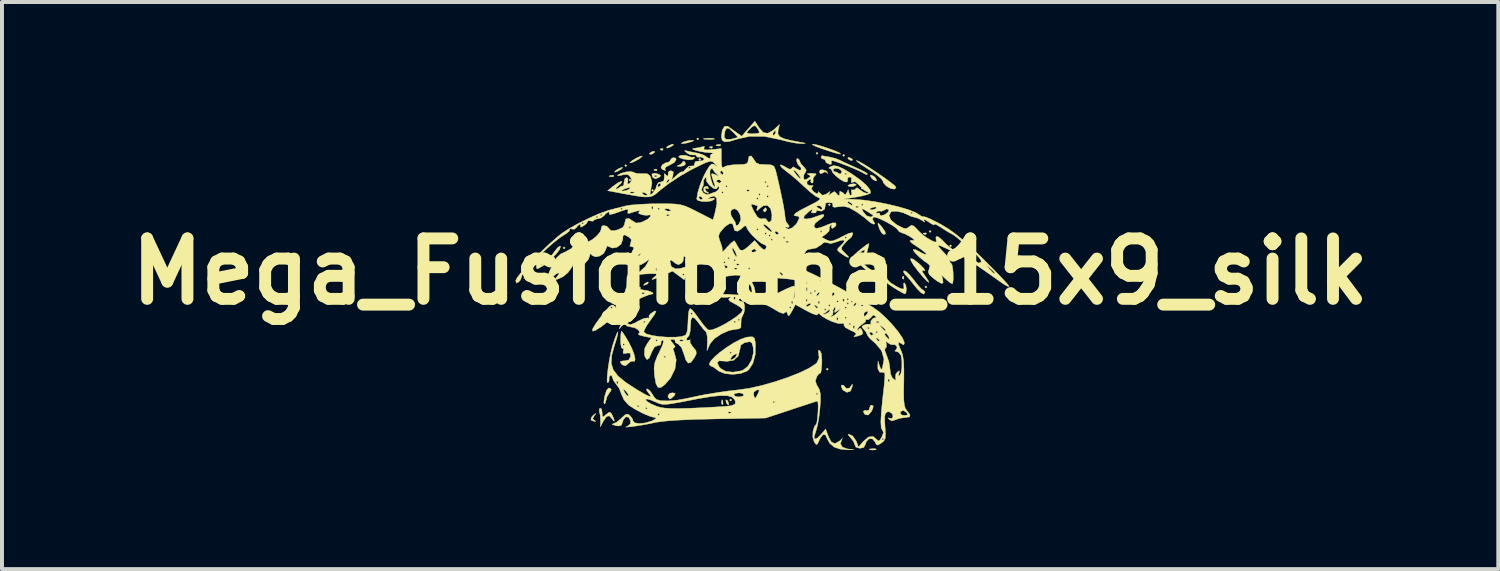
<source format=kicad_pcb>
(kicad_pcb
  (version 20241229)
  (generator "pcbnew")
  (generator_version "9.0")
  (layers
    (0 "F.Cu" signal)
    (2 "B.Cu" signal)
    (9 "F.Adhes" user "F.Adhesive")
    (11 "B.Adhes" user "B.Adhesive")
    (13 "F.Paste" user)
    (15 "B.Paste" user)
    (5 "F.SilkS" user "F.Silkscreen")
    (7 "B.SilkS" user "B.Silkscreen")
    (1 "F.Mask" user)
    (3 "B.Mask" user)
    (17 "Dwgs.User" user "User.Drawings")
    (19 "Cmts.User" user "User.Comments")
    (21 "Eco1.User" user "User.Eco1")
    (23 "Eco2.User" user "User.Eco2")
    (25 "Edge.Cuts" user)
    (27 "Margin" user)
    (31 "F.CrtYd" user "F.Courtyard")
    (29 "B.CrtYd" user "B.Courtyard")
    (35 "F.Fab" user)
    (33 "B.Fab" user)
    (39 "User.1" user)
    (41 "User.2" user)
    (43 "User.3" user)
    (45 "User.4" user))
  (footprint "Mega_Fusigibana_15x9_silk"
    (layer "F.Cu")
    (at 15.864 3.796)
    (property "Reference" "Mega_Fusigibana_15x9_silk" (at 0 0 0) (layer "F.SilkS") (effects (font (size 1.524 1.524) (thickness 0.3))))
    (attr through_hole)
    (fp_poly (pts (xy -4.665 -0.596) (xy -4.691 -0.57) (xy -4.717 -0.596) (xy -4.691 -0.622) (xy -4.665 -0.596)) (stroke (width 0.01) (type solid)) (fill yes) (layer "F.SilkS"))
    (fp_poly (pts (xy -3.11 -2.67) (xy -3.136 -2.644) (xy -3.162 -2.67) (xy -3.136 -2.696) (xy -3.11 -2.67)) (stroke (width 0.01) (type solid)) (fill yes) (layer "F.SilkS"))
    (fp_poly (pts (xy -3.007 -2.307) (xy -3.032 -2.281) (xy -3.058 -2.307) (xy -3.032 -2.333) (xy -3.007 -2.307)) (stroke (width 0.01) (type solid)) (fill yes) (layer "F.SilkS"))
    (fp_poly (pts (xy -2.436 -2.048) (xy -2.462 -2.022) (xy -2.488 -2.048) (xy -2.462 -2.073) (xy -2.436 -2.048)) (stroke (width 0.01) (type solid)) (fill yes) (layer "F.SilkS"))
    (fp_poly (pts (xy -1.296 -3.343) (xy -1.322 -3.318) (xy -1.348 -3.343) (xy -1.322 -3.369) (xy -1.296 -3.343)) (stroke (width 0.01) (type solid)) (fill yes) (layer "F.SilkS"))
    (fp_poly (pts (xy -1.244 -2.825) (xy -1.27 -2.799) (xy -1.296 -2.825) (xy -1.27 -2.851) (xy -1.244 -2.825)) (stroke (width 0.01) (type solid)) (fill yes) (layer "F.SilkS"))
    (fp_poly (pts (xy -0.467 3.24) (xy -0.492 3.266) (xy -0.518 3.24) (xy -0.492 3.214) (xy -0.467 3.24)) (stroke (width 0.01) (type solid)) (fill yes) (layer "F.SilkS"))
    (fp_poly (pts (xy 0.104 0.752) (xy 0.078 0.778) (xy 0.052 0.752) (xy 0.078 0.726) (xy 0.104 0.752)) (stroke (width 0.01) (type solid)) (fill yes) (layer "F.SilkS"))
    (fp_poly (pts (xy 1.711 -2.981) (xy 1.685 -2.955) (xy 1.659 -2.981) (xy 1.685 -3.007) (xy 1.711 -2.981)) (stroke (width 0.01) (type solid)) (fill yes) (layer "F.SilkS"))
    (fp_poly (pts (xy 1.97 2.462) (xy 1.944 2.488) (xy 1.918 2.462) (xy 1.944 2.436) (xy 1.97 2.462)) (stroke (width 0.01) (type solid)) (fill yes) (layer "F.SilkS"))
    (fp_poly (pts (xy 2.022 -1.685) (xy 1.996 -1.659) (xy 1.97 -1.685) (xy 1.996 -1.711) (xy 2.022 -1.685)) (stroke (width 0.01) (type solid)) (fill yes) (layer "F.SilkS"))
    (fp_poly (pts (xy 2.384 -2.929) (xy 2.359 -2.903) (xy 2.333 -2.929) (xy 2.359 -2.955) (xy 2.384 -2.929)) (stroke (width 0.01) (type solid)) (fill yes) (layer "F.SilkS"))
    (fp_poly (pts (xy 2.851 -2.099) (xy 2.825 -2.073) (xy 2.799 -2.099) (xy 2.825 -2.125) (xy 2.851 -2.099)) (stroke (width 0.01) (type solid)) (fill yes) (layer "F.SilkS"))
    (fp_poly (pts (xy 4.458 0.389) (xy 4.432 0.415) (xy 4.406 0.389) (xy 4.432 0.363) (xy 4.458 0.389)) (stroke (width 0.01) (type solid)) (fill yes) (layer "F.SilkS"))
    (fp_poly (pts (xy 4.562 -1.011) (xy 4.536 -0.985) (xy 4.51 -1.011) (xy 4.536 -1.037) (xy 4.562 -1.011)) (stroke (width 0.01) (type solid)) (fill yes) (layer "F.SilkS"))
    (fp_poly (pts (xy 5.08 -0.648) (xy 5.054 -0.622) (xy 5.028 -0.648) (xy 5.054 -0.674) (xy 5.08 -0.648)) (stroke (width 0.01) (type solid)) (fill yes) (layer "F.SilkS"))
    (fp_poly (pts (xy -3.435 -2.416) (xy -3.451 -2.392) (xy -3.503 -2.389) (xy -3.559 -2.401) (xy -3.535 -2.42) (xy -3.454 -2.426) (xy -3.435 -2.416)) (stroke (width 0.01) (type solid)) (fill yes) (layer "F.SilkS"))
    (fp_poly (pts (xy -2.35 -2.575) (xy -2.357 -2.544) (xy -2.384 -2.54) (xy -2.427 -2.559) (xy -2.419 -2.575) (xy -2.358 -2.581) (xy -2.35 -2.575)) (stroke (width 0.01) (type solid)) (fill yes) (layer "F.SilkS"))
    (fp_poly (pts (xy -2.194 -3.093) (xy -2.202 -3.062) (xy -2.229 -3.058) (xy -2.272 -3.077) (xy -2.264 -3.093) (xy -2.202 -3.099) (xy -2.194 -3.093)) (stroke (width 0.01) (type solid)) (fill yes) (layer "F.SilkS"))
    (fp_poly (pts (xy -0.95 -3.145) (xy -0.957 -3.114) (xy -0.985 -3.11) (xy -1.028 -3.129) (xy -1.019 -3.145) (xy -0.958 -3.151) (xy -0.95 -3.145)) (stroke (width 0.01) (type solid)) (fill yes) (layer "F.SilkS"))
    (fp_poly (pts (xy -0.74 -3.193) (xy -0.755 -3.17) (xy -0.808 -3.166) (xy -0.863 -3.179) (xy -0.839 -3.197) (xy -0.758 -3.204) (xy -0.74 -3.193)) (stroke (width 0.01) (type solid)) (fill yes) (layer "F.SilkS"))
    (fp_poly (pts (xy -0.69 3.256) (xy -0.684 3.337) (xy -0.694 3.355) (xy -0.718 3.34) (xy -0.722 3.287) (xy -0.709 3.232) (xy -0.69 3.256)) (stroke (width 0.01) (type solid)) (fill yes) (layer "F.SilkS"))
    (fp_poly (pts (xy 3.87 0.121) (xy 3.877 0.182) (xy 3.87 0.19) (xy 3.84 0.183) (xy 3.836 0.156) (xy 3.855 0.113) (xy 3.87 0.121)) (stroke (width 0.01) (type solid)) (fill yes) (layer "F.SilkS"))
    (fp_poly (pts (xy 4.441 -0.968) (xy 4.434 -0.937) (xy 4.406 -0.933) (xy 4.363 -0.952) (xy 4.372 -0.968) (xy 4.433 -0.974) (xy 4.441 -0.968)) (stroke (width 0.01) (type solid)) (fill yes) (layer "F.SilkS"))
    (fp_poly (pts (xy -2.565 0.269) (xy -2.58 0.308) (xy -2.628 0.334) (xy -2.689 0.349) (xy -2.664 0.311) (xy -2.657 0.305) (xy -2.59 0.264) (xy -2.565 0.269)) (stroke (width 0.01) (type solid)) (fill yes) (layer "F.SilkS"))
    (fp_poly (pts (xy -2.411 -3.006) (xy -2.466 -2.963) (xy -2.526 -2.956) (xy -2.54 -2.975) (xy -2.499 -3.008) (xy -2.46 -3.026) (xy -2.406 -3.03) (xy -2.411 -3.006)) (stroke (width 0.01) (type solid)) (fill yes) (layer "F.SilkS"))
    (fp_poly (pts (xy -0.572 3.252) (xy -0.552 3.289) (xy -0.539 3.362) (xy -0.574 3.348) (xy -0.598 3.314) (xy -0.614 3.246) (xy -0.608 3.234) (xy -0.572 3.252)) (stroke (width 0.01) (type solid)) (fill yes) (layer "F.SilkS"))
    (fp_poly (pts (xy 2.511 -2.871) (xy 2.584 -2.829) (xy 2.572 -2.802) (xy 2.543 -2.799) (xy 2.473 -2.837) (xy 2.463 -2.85) (xy 2.471 -2.88) (xy 2.511 -2.871)) (stroke (width 0.01) (type solid)) (fill yes) (layer "F.SilkS"))
    (fp_poly (pts (xy -3.214 -2.621) (xy -3.254 -2.58) (xy -3.318 -2.54) (xy -3.398 -2.507) (xy -3.421 -2.51) (xy -3.381 -2.552) (xy -3.318 -2.592) (xy -3.237 -2.625) (xy -3.214 -2.621)) (stroke (width 0.01) (type solid)) (fill yes) (layer "F.SilkS"))
    (fp_poly (pts (xy -1.935 -3.191) (xy -1.97 -3.162) (xy -2.064 -3.118) (xy -2.099 -3.112) (xy -2.109 -3.133) (xy -2.073 -3.162) (xy -1.979 -3.206) (xy -1.944 -3.212) (xy -1.935 -3.191)) (stroke (width 0.01) (type solid)) (fill yes) (layer "F.SilkS"))
    (fp_poly (pts (xy -0.92 -3.354) (xy -0.896 -3.341) (xy -0.961 -3.333) (xy -1.037 -3.332) (xy -1.149 -3.336) (xy -1.18 -3.346) (xy -1.153 -3.354) (xy -1.002 -3.363) (xy -0.92 -3.354)) (stroke (width 0.01) (type solid)) (fill yes) (layer "F.SilkS"))
    (fp_poly (pts (xy 0.414 -1.567) (xy 0.415 -1.555) (xy 0.375 -1.505) (xy 0.36 -1.503) (xy 0.329 -1.535) (xy 0.337 -1.555) (xy 0.384 -1.605) (xy 0.392 -1.607) (xy 0.414 -1.567)) (stroke (width 0.01) (type solid)) (fill yes) (layer "F.SilkS"))
    (fp_poly (pts (xy 2.67 -2.2) (xy 2.672 -2.181) (xy 2.601 -2.143) (xy 2.541 -2.139) (xy 2.47 -2.156) (xy 2.466 -2.172) (xy 2.531 -2.203) (xy 2.614 -2.213) (xy 2.67 -2.2)) (stroke (width 0.01) (type solid)) (fill yes) (layer "F.SilkS"))
    (fp_poly (pts (xy 3.119 -2.401) (xy 3.162 -2.359) (xy 3.193 -2.296) (xy 3.175 -2.281) (xy 3.102 -2.317) (xy 3.058 -2.359) (xy 3.027 -2.421) (xy 3.046 -2.436) (xy 3.119 -2.401)) (stroke (width 0.01) (type solid)) (fill yes) (layer "F.SilkS"))
    (fp_poly (pts (xy 3.176 4.476) (xy 3.178 4.493) (xy 3.097 4.5) (xy 3.084 4.5) (xy 3.004 4.492) (xy 3.012 4.476) (xy 3.02 4.474) (xy 3.133 4.466) (xy 3.176 4.476)) (stroke (width 0.01) (type solid)) (fill yes) (layer "F.SilkS"))
    (fp_poly (pts (xy -1.889 3.07) (xy -1.904 3.118) (xy -1.918 3.136) (xy -1.993 3.201) (xy -2.028 3.214) (xy -2.068 3.172) (xy -2.073 3.136) (xy -2.03 3.073) (xy -1.963 3.058) (xy -1.889 3.07)) (stroke (width 0.01) (type solid)) (fill yes) (layer "F.SilkS"))
    (fp_poly (pts (xy -1.42 -3.302) (xy -1.457 -3.281) (xy -1.503 -3.266) (xy -1.625 -3.234) (xy -1.71 -3.223) (xy -1.737 -3.234) (xy -1.685 -3.266) (xy -1.549 -3.303) (xy -1.477 -3.309) (xy -1.42 -3.302)) (stroke (width 0.01) (type solid)) (fill yes) (layer "F.SilkS"))
    (fp_poly (pts (xy 3.28 -1.172) (xy 3.318 -1.126) (xy 3.401 -1.008) (xy 3.414 -0.948) (xy 3.368 -0.933) (xy 3.313 -0.976) (xy 3.264 -1.066) (xy 3.222 -1.191) (xy 3.226 -1.225) (xy 3.28 -1.172)) (stroke (width 0.01) (type solid)) (fill yes) (layer "F.SilkS"))
    (fp_poly (pts (xy 1.922 -2.534) (xy 1.95 -2.496) (xy 1.947 -2.469) (xy 1.935 -2.489) (xy 1.886 -2.516) (xy 1.841 -2.489) (xy 1.776 -2.465) (xy 1.748 -2.504) (xy 1.762 -2.558) (xy 1.829 -2.566) (xy 1.922 -2.534)) (stroke (width 0.01) (type solid)) (fill yes) (layer "F.SilkS"))
    (fp_poly (pts (xy -1.658 -2.773) (xy -1.624 -2.718) (xy -1.67 -2.669) (xy -1.771 -2.649) (xy -1.778 -2.65) (xy -1.848 -2.658) (xy -1.818 -2.675) (xy -1.801 -2.679) (xy -1.724 -2.724) (xy -1.711 -2.754) (xy -1.679 -2.781) (xy -1.658 -2.773)) (stroke (width 0.01) (type solid)) (fill yes) (layer "F.SilkS"))
    (fp_poly (pts (xy -3.903 3.603) (xy -3.929 3.636) (xy -3.97 3.709) (xy -3.934 3.747) (xy -3.929 3.749) (xy -3.894 3.774) (xy -3.924 3.78) (xy -4.003 3.751) (xy -4.014 3.738) (xy -4.001 3.675) (xy -3.952 3.621) (xy -3.891 3.577) (xy -3.903 3.603)) (stroke (width 0.01) (type solid)) (fill yes) (layer "F.SilkS"))
    (fp_poly (pts (xy -2.719 -2.908) (xy -2.722 -2.903) (xy -2.784 -2.85) (xy -2.897 -2.784) (xy -2.905 -2.78) (xy -3 -2.74) (xy -3.035 -2.742) (xy -3.032 -2.748) (xy -2.97 -2.8) (xy -2.857 -2.866) (xy -2.849 -2.87) (xy -2.754 -2.91) (xy -2.719 -2.908)) (stroke (width 0.01) (type solid)) (fill yes) (layer "F.SilkS"))
    (fp_poly (pts (xy -3.541 2.94) (xy -3.497 2.974) (xy -3.53 3.035) (xy -3.549 3.056) (xy -3.613 3.162) (xy -3.629 3.228) (xy -3.653 3.317) (xy -3.673 3.339) (xy -3.689 3.311) (xy -3.679 3.21) (xy -3.665 3.139) (xy -3.619 2.991) (xy -3.567 2.937) (xy -3.541 2.94)) (stroke (width 0.01) (type solid)) (fill yes) (layer "F.SilkS"))
    (fp_poly (pts (xy -1.566 -2.909) (xy -1.473 -2.879) (xy -1.432 -2.887) (xy -1.401 -2.882) (xy -1.4 -2.866) (xy -1.443 -2.825) (xy -1.551 -2.815) (xy -1.687 -2.837) (xy -1.737 -2.853) (xy -1.806 -2.887) (xy -1.781 -2.915) (xy -1.754 -2.927) (xy -1.64 -2.933) (xy -1.566 -2.909)) (stroke (width 0.01) (type solid)) (fill yes) (layer "F.SilkS"))
    (fp_poly (pts (xy 3.105 3.388) (xy 3.091 3.458) (xy 3.057 3.528) (xy 2.98 3.619) (xy 2.901 3.607) (xy 2.886 3.594) (xy 2.851 3.525) (xy 2.893 3.498) (xy 2.929 3.506) (xy 2.995 3.497) (xy 3.007 3.453) (xy 3.033 3.38) (xy 3.058 3.369) (xy 3.105 3.388)) (stroke (width 0.01) (type solid)) (fill yes) (layer "F.SilkS"))
    (fp_poly (pts (xy -1.06 -2.122) (xy -1.05 -2.082) (xy -1.081 -2.094) (xy -1.134 -2.1) (xy -1.14 -2.081) (xy -1.1 -2.018) (xy -1.076 -2.004) (xy -1.041 -1.98) (xy -1.073 -1.974) (xy -1.154 -2.008) (xy -1.169 -2.026) (xy -1.17 -2.108) (xy -1.152 -2.134) (xy -1.088 -2.152) (xy -1.06 -2.122)) (stroke (width 0.01) (type solid)) (fill yes) (layer "F.SilkS"))
    (fp_poly (pts (xy 1.673 -3.196) (xy 1.821 -3.154) (xy 1.99 -3.098) (xy 2.146 -3.04) (xy 2.253 -2.992) (xy 2.276 -2.976) (xy 2.276 -2.959) (xy 2.206 -2.972) (xy 2.057 -3.016) (xy 1.84 -3.087) (xy 1.682 -3.144) (xy 1.587 -3.188) (xy 1.571 -3.21) (xy 1.581 -3.211) (xy 1.673 -3.196)) (stroke (width 0.01) (type solid)) (fill yes) (layer "F.SilkS"))
    (fp_poly (pts (xy 2.576 2.902) (xy 2.575 2.902) (xy 2.531 3.014) (xy 2.442 3.047) (xy 2.342 2.991) (xy 2.333 2.982) (xy 2.296 2.9) (xy 2.306 2.863) (xy 2.356 2.866) (xy 2.37 2.89) (xy 2.43 2.95) (xy 2.509 2.935) (xy 2.559 2.864) (xy 2.575 2.835) (xy 2.576 2.902)) (stroke (width 0.01) (type solid)) (fill yes) (layer "F.SilkS"))
    (fp_poly (pts (xy 3.934 0.001) (xy 4.025 0.089) (xy 4.121 0.207) (xy 4.228 0.343) (xy 4.315 0.437) (xy 4.359 0.467) (xy 4.405 0.506) (xy 4.406 0.518) (xy 4.381 0.57) (xy 4.309 0.535) (xy 4.198 0.419) (xy 4.142 0.35) (xy 4.033 0.213) (xy 3.938 0.106) (xy 3.902 0.07) (xy 3.863 0.005) (xy 3.88 -0.021) (xy 3.934 0.001)) (stroke (width 0.01) (type solid)) (fill yes) (layer "F.SilkS"))
    (fp_poly (pts (xy -2.33 -2.461) (xy -2.256 -2.426) (xy -2.275 -2.387) (xy -2.287 -2.38) (xy -2.389 -2.336) (xy -2.454 -2.373) (xy -2.464 -2.388) (xy -2.47 -2.419) (xy -2.419 -2.419) (xy -2.412 -2.388) (xy -2.384 -2.384) (xy -2.342 -2.403) (xy -2.35 -2.419) (xy -2.411 -2.425) (xy -2.419 -2.419) (xy -2.47 -2.419) (xy -2.478 -2.459) (xy -2.41 -2.479) (xy -2.33 -2.461)) (stroke (width 0.01) (type solid)) (fill yes) (layer "F.SilkS"))
    (fp_poly (pts (xy -1.877 -2.861) (xy -1.866 -2.821) (xy -1.91 -2.751) (xy -2.017 -2.69) (xy -2.022 -2.688) (xy -2.12 -2.638) (xy -2.15 -2.59) (xy -2.148 -2.587) (xy -2.131 -2.549) (xy -2.173 -2.557) (xy -2.218 -2.575) (xy -2.249 -2.624) (xy -2.215 -2.69) (xy -2.139 -2.739) (xy -2.093 -2.747) (xy -2.028 -2.774) (xy -2.022 -2.794) (xy -1.98 -2.85) (xy -1.944 -2.87) (xy -1.877 -2.861)) (stroke (width 0.01) (type solid)) (fill yes) (layer "F.SilkS"))
    (fp_poly (pts (xy 4.121 -0.306) (xy 4.253 -0.203) (xy 4.282 -0.176) (xy 4.376 -0.081) (xy 4.411 -0.027) (xy 4.39 -0.022) (xy 4.336 -0.031) (xy 4.339 0.003) (xy 4.404 0.1) (xy 4.409 0.107) (xy 4.489 0.228) (xy 4.507 0.275) (xy 4.471 0.253) (xy 4.386 0.167) (xy 4.26 0.021) (xy 4.238 -0.005) (xy 4.11 -0.176) (xy 4.048 -0.287) (xy 4.052 -0.332) (xy 4.121 -0.306)) (stroke (width 0.01) (type solid)) (fill yes) (layer "F.SilkS"))
    (fp_poly (pts (xy -3.746 3.466) (xy -3.732 3.556) (xy -3.727 3.652) (xy -3.694 3.658) (xy -3.633 3.606) (xy -3.556 3.547) (xy -3.511 3.564) (xy -3.477 3.621) (xy -3.434 3.718) (xy -3.425 3.772) (xy -3.448 3.763) (xy -3.477 3.719) (xy -3.549 3.639) (xy -3.622 3.657) (xy -3.701 3.771) (xy -3.776 3.914) (xy -3.773 3.753) (xy -3.78 3.621) (xy -3.803 3.536) (xy -3.802 3.464) (xy -3.785 3.448) (xy -3.746 3.466)) (stroke (width 0.01) (type solid)) (fill yes) (layer "F.SilkS"))
    (fp_poly (pts (xy 2.75 -2.772) (xy 2.878 -2.699) (xy 3.043 -2.595) (xy 3.224 -2.475) (xy 3.399 -2.353) (xy 3.548 -2.243) (xy 3.649 -2.161) (xy 3.68 -2.122) (xy 3.643 -2.078) (xy 3.551 -2.089) (xy 3.444 -2.147) (xy 3.365 -2.23) (xy 3.343 -2.288) (xy 3.302 -2.345) (xy 3.192 -2.436) (xy 3.034 -2.545) (xy 2.983 -2.577) (xy 2.825 -2.678) (xy 2.717 -2.755) (xy 2.676 -2.796) (xy 2.681 -2.799) (xy 2.75 -2.772)) (stroke (width 0.01) (type solid)) (fill yes) (layer "F.SilkS"))
    (fp_poly (pts (xy -4.781 -0.632) (xy -4.803 -0.558) (xy -4.888 -0.445) (xy -5.013 -0.316) (xy -5.159 -0.193) (xy -5.248 -0.13) (xy -5.346 -0.073) (xy -5.384 -0.075) (xy -5.391 -0.139) (xy -5.391 -0.143) (xy -5.353 -0.26) (xy -5.306 -0.317) (xy -5.247 -0.358) (xy -5.243 -0.321) (xy -5.26 -0.265) (xy -5.281 -0.181) (xy -5.253 -0.177) (xy -5.184 -0.222) (xy -5.083 -0.315) (xy -4.97 -0.452) (xy -4.936 -0.499) (xy -4.854 -0.602) (xy -4.795 -0.642) (xy -4.781 -0.632)) (stroke (width 0.01) (type solid)) (fill yes) (layer "F.SilkS"))
    (fp_poly (pts (xy 1.814 -2.921) (xy 1.879 -2.908) (xy 1.998 -2.888) (xy 2 -2.888) (xy 2.15 -2.852) (xy 2.259 -2.808) (xy 2.359 -2.759) (xy 2.516 -2.686) (xy 2.657 -2.624) (xy 2.811 -2.552) (xy 2.919 -2.494) (xy 2.955 -2.465) (xy 2.946 -2.441) (xy 2.9 -2.457) (xy 2.83 -2.497) (xy 2.729 -2.547) (xy 2.575 -2.613) (xy 2.4 -2.683) (xy 2.234 -2.746) (xy 2.109 -2.788) (xy 2.061 -2.799) (xy 2.04 -2.766) (xy 2.051 -2.742) (xy 2.044 -2.704) (xy 1.989 -2.707) (xy 1.914 -2.748) (xy 1.903 -2.783) (xy 1.875 -2.83) (xy 1.851 -2.832) (xy 1.793 -2.859) (xy 1.788 -2.877) (xy 1.808 -2.921) (xy 1.814 -2.921)) (stroke (width 0.01) (type solid)) (fill yes) (layer "F.SilkS"))
    (fp_poly (pts (xy -3.208 1.545) (xy -3.139 1.652) (xy -3.062 1.782) (xy -2.979 1.947) (xy -2.923 2.097) (xy -2.9 2.21) (xy -2.914 2.265) (xy -2.949 2.259) (xy -3.015 2.269) (xy -3.059 2.307) (xy -3.146 2.378) (xy -3.224 2.352) (xy -3.256 2.318) (xy -3.275 2.27) (xy -3.208 2.253) (xy -3.172 2.253) (xy -3.061 2.231) (xy -3.017 2.147) (xy -3.016 2.142) (xy -3.021 2.061) (xy -3.086 2.053) (xy -3.116 2.06) (xy -3.198 2.069) (xy -3.204 2.021) (xy -3.197 2.001) (xy -3.189 1.941) (xy -3.214 1.944) (xy -3.247 1.919) (xy -3.259 1.84) (xy -3.214 1.84) (xy -3.188 1.866) (xy -3.162 1.84) (xy -3.188 1.814) (xy -3.214 1.84) (xy -3.259 1.84) (xy -3.264 1.808) (xy -3.266 1.74) (xy -3.261 1.599) (xy -3.25 1.515) (xy -3.244 1.503) (xy -3.208 1.545)) (stroke (width 0.01) (type solid)) (fill yes) (layer "F.SilkS"))
    (fp_poly (pts (xy 2.996 -0.68) (xy 2.979 -0.619) (xy 2.947 -0.498) (xy 2.938 -0.43) (xy 2.915 -0.386) (xy 2.9 -0.39) (xy 2.86 -0.368) (xy 2.836 -0.31) (xy 2.85 -0.206) (xy 2.955 -0.104) (xy 3.086 -0.02) (xy 3.149 -0.009) (xy 3.147 -0.068) (xy 3.142 -0.08) (xy 3.136 -0.135) (xy 3.155 -0.134) (xy 3.205 -0.155) (xy 3.257 -0.235) (xy 3.323 -0.342) (xy 3.375 -0.35) (xy 3.409 -0.261) (xy 3.421 -0.081) (xy 3.428 0.09) (xy 3.456 0.194) (xy 3.52 0.267) (xy 3.564 0.299) (xy 3.694 0.38) (xy 3.803 0.433) (xy 3.874 0.443) (xy 3.877 0.38) (xy 3.873 0.364) (xy 3.869 0.293) (xy 3.893 0.288) (xy 3.926 0.349) (xy 3.939 0.447) (xy 3.929 0.535) (xy 3.901 0.566) (xy 3.839 0.537) (xy 3.72 0.468) (xy 3.616 0.403) (xy 3.476 0.308) (xy 3.402 0.231) (xy 3.373 0.132) (xy 3.367 -0.028) (xy 3.367 -0.046) (xy 3.365 -0.337) (xy 3.262 -0.143) (xy 3.174 -0.005) (xy 3.089 0.04) (xy 2.98 -0.001) (xy 2.883 -0.074) (xy 2.788 -0.159) (xy 2.763 -0.227) (xy 2.798 -0.324) (xy 2.818 -0.365) (xy 2.882 -0.499) (xy 2.891 -0.55) (xy 2.838 -0.529) (xy 2.747 -0.467) (xy 2.635 -0.392) (xy 2.596 -0.38) (xy 2.626 -0.42) (xy 2.722 -0.507) (xy 2.806 -0.575) (xy 2.928 -0.67) (xy 2.987 -0.704) (xy 2.996 -0.68)) (stroke (width 0.01) (type solid)) (fill yes) (layer "F.SilkS"))
    (fp_poly (pts (xy 0.107 1.682) (xy 0.129 1.784) (xy 0.134 1.84) (xy 0.128 2.095) (xy 0.069 2.316) (xy -0.034 2.474) (xy -0.076 2.508) (xy -0.238 2.571) (xy -0.438 2.593) (xy -0.636 2.573) (xy -0.788 2.513) (xy -0.812 2.493) (xy -0.921 2.413) (xy -1.001 2.377) (xy -1.035 2.337) (xy -1.014 2.297) (xy -0.83 2.297) (xy -0.788 2.392) (xy -0.744 2.445) (xy -0.615 2.518) (xy -0.432 2.538) (xy -0.227 2.504) (xy -0.182 2.488) (xy -0.057 2.392) (xy 0.038 2.231) (xy 0.084 2.044) (xy 0.077 1.913) (xy 0.046 1.804) (xy -0.005 1.769) (xy -0.111 1.787) (xy -0.143 1.795) (xy -0.235 1.855) (xy -0.259 1.968) (xy -0.302 2.134) (xy -0.418 2.238) (xy -0.591 2.266) (xy -0.646 2.259) (xy -0.783 2.252) (xy -0.83 2.297) (xy -1.014 2.297) (xy -0.994 2.258) (xy -0.953 2.214) (xy -0.498 2.214) (xy -0.479 2.229) (xy -0.406 2.193) (xy -0.363 2.151) (xy -0.332 2.089) (xy -0.35 2.073) (xy -0.423 2.109) (xy -0.467 2.151) (xy -0.498 2.214) (xy -0.953 2.214) (xy -0.896 2.152) (xy -0.774 2.048) (xy -0.518 2.048) (xy -0.492 2.073) (xy -0.467 2.048) (xy -0.492 2.022) (xy -0.518 2.048) (xy -0.774 2.048) (xy -0.756 2.033) (xy -0.59 1.911) (xy -0.415 1.8) (xy -0.247 1.712) (xy -0.101 1.659) (xy -0.054 1.651) (xy 0.055 1.646) (xy 0.107 1.682)) (stroke (width 0.01) (type solid)) (fill yes) (layer "F.SilkS"))
    (fp_poly (pts (xy 0.221 -3.632) (xy 0.328 -3.508) (xy 0.441 -3.483) (xy 0.574 -3.556) (xy 0.613 -3.59) (xy 0.74 -3.706) (xy 0.706 -3.563) (xy 0.7 -3.471) (xy 0.745 -3.402) (xy 0.855 -3.348) (xy 1.044 -3.301) (xy 1.212 -3.27) (xy 1.351 -3.245) (xy 1.392 -3.231) (xy 1.342 -3.225) (xy 1.296 -3.224) (xy 1.15 -3.238) (xy 0.952 -3.276) (xy 0.778 -3.321) (xy 0.365 -3.406) (xy -0.017 -3.408) (xy -0.311 -3.343) (xy -0.515 -3.281) (xy -0.642 -3.269) (xy -0.707 -3.31) (xy -0.721 -3.387) (xy -0.655 -3.387) (xy -0.608 -3.331) (xy -0.485 -3.336) (xy -0.425 -3.351) (xy -0.306 -3.383) (xy -0.421 -3.506) (xy -0.526 -3.603) (xy -0.59 -3.617) (xy -0.631 -3.547) (xy -0.639 -3.516) (xy -0.655 -3.387) (xy -0.721 -3.387) (xy -0.725 -3.406) (xy -0.725 -3.408) (xy -0.703 -3.566) (xy -0.648 -3.657) (xy -0.572 -3.666) (xy -0.553 -3.654) (xy -0.459 -3.588) (xy -0.347 -3.507) (xy -0.212 -3.412) (xy -0.161 -3.47) (xy 0.57 -3.47) (xy 0.587 -3.423) (xy 0.625 -3.464) (xy 0.642 -3.502) (xy 0.645 -3.555) (xy 0.621 -3.55) (xy 0.572 -3.484) (xy 0.57 -3.47) (xy -0.161 -3.47) (xy -0.127 -3.509) (xy -0.081 -3.509) (xy -0.069 -3.48) (xy 0.027 -3.473) (xy 0.072 -3.473) (xy 0.194 -3.478) (xy 0.233 -3.505) (xy 0.211 -3.569) (xy 0.207 -3.577) (xy 0.147 -3.659) (xy 0.11 -3.68) (xy 0.047 -3.646) (xy -0.026 -3.577) (xy -0.081 -3.509) (xy -0.127 -3.509) (xy -0.046 -3.601) (xy 0.12 -3.791) (xy 0.221 -3.632)) (stroke (width 0.01) (type solid)) (fill yes) (layer "F.SilkS"))
    (fp_poly (pts (xy -3.334 1.522) (xy -3.338 1.578) (xy -3.37 1.704) (xy -3.423 1.871) (xy -3.489 2.113) (xy -3.502 2.31) (xy -3.452 2.479) (xy -3.33 2.637) (xy -3.129 2.801) (xy -2.86 2.975) (xy -2.661 3.092) (xy -2.543 3.149) (xy -2.503 3.148) (xy -2.539 3.089) (xy -2.566 3.058) (xy -2.615 2.984) (xy -2.602 2.955) (xy -2.536 2.996) (xy -2.482 3.071) (xy -2.413 3.176) (xy -2.364 3.226) (xy -2.252 3.257) (xy -2.068 3.262) (xy -1.841 3.243) (xy -1.599 3.2) (xy -1.572 3.194) (xy -1.246 3.124) (xy -1.166 3.11) (xy -0.415 3.11) (xy -0.37 3.149) (xy -0.285 3.162) (xy -0.188 3.144) (xy -0.156 3.11) (xy -0.2 3.071) (xy -0.285 3.058) (xy -0.383 3.076) (xy -0.415 3.11) (xy -1.166 3.11) (xy -0.877 3.06) (xy -0.782 3.046) (xy 0.089 3.046) (xy 0.09 3.117) (xy 0.113 3.189) (xy 0.138 3.186) (xy 0.187 3.1) (xy 0.195 3.084) (xy 1.659 3.084) (xy 1.685 3.11) (xy 1.711 3.084) (xy 1.685 3.058) (xy 1.659 3.084) (xy 0.195 3.084) (xy 0.199 3.076) (xy 0.232 2.997) (xy 0.198 2.982) (xy 0.161 2.99) (xy 0.089 3.046) (xy -0.782 3.046) (xy -0.519 3.008) (xy -0.3 2.984) (xy -0.024 2.944) (xy 0.291 2.874) (xy 0.621 2.78) (xy 0.944 2.672) (xy 1.238 2.556) (xy 1.481 2.44) (xy 1.649 2.331) (xy 1.68 2.304) (xy 1.738 2.178) (xy 1.729 2.088) (xy 1.717 1.996) (xy 1.751 1.989) (xy 1.757 1.993) (xy 1.795 2.069) (xy 1.809 2.227) (xy 1.808 2.311) (xy 1.797 2.46) (xy 1.782 2.55) (xy 1.769 2.564) (xy 1.728 2.582) (xy 1.679 2.654) (xy 1.645 2.758) (xy 1.678 2.859) (xy 1.705 2.902) (xy 1.75 2.988) (xy 1.772 3.096) (xy 1.773 3.254) (xy 1.76 3.447) (xy 1.735 3.669) (xy 1.7 3.871) (xy 1.661 4.015) (xy 1.656 4.028) (xy 1.613 4.168) (xy 1.629 4.226) (xy 1.698 4.198) (xy 1.779 4.117) (xy 1.904 3.971) (xy 1.973 4.163) (xy 2.049 4.301) (xy 2.141 4.338) (xy 2.255 4.274) (xy 2.281 4.25) (xy 2.326 4.207) (xy 2.32 4.221) (xy 2.275 4.337) (xy 2.324 4.427) (xy 2.449 4.472) (xy 2.618 4.493) (xy 2.436 4.496) (xy 2.267 4.477) (xy 2.118 4.426) (xy 2.006 4.331) (xy 1.948 4.225) (xy 1.899 4.117) (xy 1.836 4.11) (xy 1.765 4.204) (xy 1.745 4.248) (xy 1.698 4.349) (xy 1.664 4.362) (xy 1.616 4.298) (xy 1.615 4.296) (xy 1.58 4.175) (xy 1.584 4.029) (xy 1.623 3.904) (xy 1.663 3.859) (xy 1.683 3.803) (xy 1.699 3.684) (xy 1.711 3.535) (xy 1.715 3.394) (xy 1.709 3.293) (xy 1.698 3.266) (xy 1.646 3.281) (xy 1.516 3.323) (xy 1.324 3.386) (xy 1.089 3.463) (xy 1.037 3.481) (xy 0.389 3.695) (xy -0.855 3.716) (xy -1.372 3.728) (xy -1.796 3.746) (xy -2.124 3.77) (xy -2.352 3.798) (xy -2.41 3.81) (xy -2.553 3.84) (xy -2.714 3.869) (xy -2.873 3.895) (xy -3.011 3.913) (xy -3.105 3.923) (xy -3.137 3.92) (xy -3.094 3.905) (xy -3.021 3.84) (xy -3.016 3.767) (xy -3.06 3.674) (xy -3.131 3.663) (xy -3.195 3.729) (xy -3.213 3.785) (xy -3.245 3.874) (xy -3.313 3.896) (xy -3.395 3.882) (xy -3.476 3.858) (xy -3.471 3.843) (xy -3.462 3.842) (xy -3.369 3.802) (xy -3.259 3.712) (xy -3.245 3.697) (xy -3.151 3.61) (xy -3.086 3.595) (xy -3.036 3.626) (xy -2.968 3.714) (xy -2.955 3.765) (xy -2.911 3.815) (xy -2.798 3.833) (xy -2.647 3.818) (xy -2.488 3.771) (xy -2.462 3.76) (xy -2.379 3.712) (xy -2.379 3.686) (xy -2.391 3.685) (xy -2.517 3.654) (xy -2.641 3.603) (xy -2.333 3.603) (xy -2.307 3.629) (xy -2.281 3.603) (xy -2.307 3.577) (xy -2.333 3.603) (xy -2.641 3.603) (xy -2.691 3.582) (xy -2.769 3.542) (xy -0.553 3.542) (xy -0.546 3.573) (xy -0.518 3.577) (xy -0.476 3.558) (xy -0.484 3.542) (xy -0.545 3.536) (xy -0.553 3.542) (xy -2.769 3.542) (xy -2.877 3.487) (xy -2.94 3.447) (xy -2.644 3.447) (xy -2.618 3.473) (xy -2.592 3.447) (xy -2.618 3.421) (xy -2.644 3.447) (xy -2.94 3.447) (xy -3.022 3.395) (xy -2.851 3.395) (xy -2.825 3.421) (xy -2.799 3.395) (xy -2.825 3.369) (xy -2.851 3.395) (xy -3.022 3.395) (xy -3.036 3.387) (xy -3.073 3.358) (xy -3.179 3.237) (xy -3.182 3.232) (xy -2.64 3.232) (xy -2.597 3.278) (xy -2.494 3.339) (xy -2.352 3.4) (xy -2.264 3.426) (xy -2.15 3.444) (xy -2 3.453) (xy -1.798 3.454) (xy -1.534 3.448) (xy -1.195 3.433) (xy -0.768 3.41) (xy -0.662 3.404) (xy -0.476 3.383) (xy -0.382 3.344) (xy -0.371 3.292) (xy 0.57 3.292) (xy 0.596 3.318) (xy 0.622 3.292) (xy 0.596 3.266) (xy 0.57 3.292) (xy -0.371 3.292) (xy -0.369 3.28) (xy -0.396 3.224) (xy -0.461 3.163) (xy -0.572 3.131) (xy -0.741 3.127) (xy -0.978 3.151) (xy -1.298 3.204) (xy -1.493 3.242) (xy -1.775 3.297) (xy -1.975 3.332) (xy -2.114 3.349) (xy -2.213 3.348) (xy -2.289 3.331) (xy -2.365 3.299) (xy -2.368 3.298) (xy -2.499 3.242) (xy -2.594 3.215) (xy -2.604 3.214) (xy -2.64 3.232) (xy -3.182 3.232) (xy -3.241 3.103) (xy -3.243 3.096) (xy -3.287 2.981) (xy -3.198 2.981) (xy -3.164 3.05) (xy -3.108 3.128) (xy -3.07 3.139) (xy -3.079 3.085) (xy -3.132 3.018) (xy -3.196 2.961) (xy -3.198 2.981) (xy -3.287 2.981) (xy -3.3 2.948) (xy -3.371 2.85) (xy -3.408 2.799) (xy -3.369 2.799) (xy -3.35 2.842) (xy -3.335 2.834) (xy -3.329 2.772) (xy -3.335 2.765) (xy -3.366 2.772) (xy -3.369 2.799) (xy -3.408 2.799) (xy -3.447 2.746) (xy -3.473 2.667) (xy -3.499 2.613) (xy -3.526 2.618) (xy -3.56 2.674) (xy -3.555 2.689) (xy -3.558 2.76) (xy -3.575 2.796) (xy -3.6 2.805) (xy -3.608 2.732) (xy -3.6 2.599) (xy -3.58 2.425) (xy -3.55 2.232) (xy -3.512 2.04) (xy -3.469 1.869) (xy -3.463 1.852) (xy -3.408 1.683) (xy -3.362 1.565) (xy -3.335 1.521) (xy -3.334 1.522)) (stroke (width 0.01) (type solid)) (fill yes) (layer "F.SilkS"))
    (fp_poly (pts (xy -1.163 -3.115) (xy -1.164 -3.077) (xy -1.091 -3.066) (xy -0.965 -3.075) (xy -0.726 -3.1) (xy -0.726 -2.836) (xy -0.721 -2.683) (xy -0.702 -2.619) (xy -0.666 -2.631) (xy -0.664 -2.633) (xy -0.579 -2.669) (xy -0.431 -2.691) (xy -0.327 -2.696) (xy -0.165 -2.701) (xy -0.082 -2.722) (xy -0.054 -2.768) (xy -0.052 -2.796) (xy -0.029 -2.903) (xy 0.026 -2.916) (xy 0.091 -2.832) (xy 0.095 -2.823) (xy 0.15 -2.741) (xy 0.238 -2.704) (xy 0.381 -2.696) (xy 0.523 -2.69) (xy 0.598 -2.656) (xy 0.639 -2.565) (xy 0.662 -2.475) (xy 0.729 -2.189) (xy 0.789 -1.913) (xy 0.838 -1.668) (xy 0.87 -1.478) (xy 0.882 -1.365) (xy 0.882 -1.364) (xy 0.903 -1.259) (xy 0.933 -1.218) (xy 0.983 -1.149) (xy 0.985 -1.134) (xy 0.952 -1.108) (xy 0.925 -1.119) (xy 0.89 -1.126) (xy 0.902 -1.096) (xy 0.97 -1.067) (xy 1.067 -1.106) (xy 1.161 -1.195) (xy 1.191 -1.242) (xy 1.238 -1.348) (xy 1.222 -1.392) (xy 1.163 -1.4) (xy 1.103 -1.417) (xy 1.141 -1.468) (xy 1.274 -1.551) (xy 1.466 -1.649) (xy 1.664 -1.649) (xy 1.701 -1.613) (xy 1.711 -1.607) (xy 1.789 -1.562) (xy 1.813 -1.575) (xy 1.814 -1.607) (xy 1.772 -1.651) (xy 1.724 -1.658) (xy 1.664 -1.649) (xy 1.466 -1.649) (xy 1.49 -1.662) (xy 1.666 -1.752) (xy 1.754 -1.811) (xy 1.761 -1.845) (xy 1.737 -1.855) (xy 1.648 -1.901) (xy 1.517 -2.002) (xy 1.371 -2.133) (xy 1.37 -2.133) (xy 1.204 -2.288) (xy 1.034 -2.433) (xy 0.917 -2.524) (xy 0.871 -2.561) (xy 1.093 -2.561) (xy 1.109 -2.516) (xy 1.167 -2.437) (xy 1.235 -2.363) (xy 1.28 -2.333) (xy 1.268 -2.368) (xy 1.21 -2.454) (xy 1.208 -2.457) (xy 1.136 -2.539) (xy 1.094 -2.561) (xy 1.093 -2.561) (xy 0.871 -2.561) (xy 0.802 -2.617) (xy 0.755 -2.677) (xy 0.775 -2.692) (xy 0.866 -2.649) (xy 0.902 -2.626) (xy 1 -2.576) (xy 1.047 -2.597) (xy 1.05 -2.606) (xy 1.087 -2.64) (xy 1.159 -2.597) (xy 1.242 -2.554) (xy 1.283 -2.561) (xy 1.283 -2.617) (xy 1.265 -2.634) (xy 1.205 -2.701) (xy 1.172 -2.785) (xy 1.177 -2.844) (xy 1.194 -2.851) (xy 1.242 -2.811) (xy 1.244 -2.792) (xy 1.28 -2.717) (xy 1.35 -2.641) (xy 1.415 -2.56) (xy 1.402 -2.516) (xy 1.356 -2.441) (xy 1.348 -2.381) (xy 1.36 -2.313) (xy 1.414 -2.322) (xy 1.451 -2.345) (xy 1.521 -2.396) (xy 1.504 -2.427) (xy 1.464 -2.443) (xy 1.439 -2.466) (xy 1.512 -2.475) (xy 1.547 -2.475) (xy 1.653 -2.466) (xy 1.663 -2.443) (xy 1.64 -2.427) (xy 1.586 -2.353) (xy 1.589 -2.305) (xy 1.584 -2.24) (xy 1.558 -2.229) (xy 1.524 -2.261) (xy 1.533 -2.288) (xy 1.533 -2.327) (xy 1.498 -2.322) (xy 1.431 -2.266) (xy 1.437 -2.198) (xy 1.508 -2.165) (xy 1.529 -2.166) (xy 1.592 -2.166) (xy 1.569 -2.138) (xy 1.541 -2.087) (xy 1.6 -2.014) (xy 1.608 -2.007) (xy 1.688 -1.956) (xy 1.711 -1.983) (xy 1.725 -2.017) (xy 1.756 -1.978) (xy 1.825 -1.922) (xy 1.919 -1.952) (xy 1.967 -1.987) (xy 2.017 -2.021) (xy 2 -1.978) (xy 1.996 -1.97) (xy 1.971 -1.92) (xy 2.006 -1.938) (xy 2.046 -1.97) (xy 2.125 -2.017) (xy 2.163 -1.986) (xy 2.164 -1.983) (xy 2.216 -1.923) (xy 2.236 -1.918) (xy 2.263 -1.95) (xy 2.255 -1.97) (xy 2.257 -2.018) (xy 2.275 -2.022) (xy 2.346 -1.983) (xy 2.364 -1.96) (xy 2.407 -1.94) (xy 2.442 -1.999) (xy 2.472 -2.065) (xy 2.483 -2.035) (xy 2.485 -2.009) (xy 2.511 -1.932) (xy 2.538 -1.918) (xy 2.565 -1.957) (xy 2.555 -2.004) (xy 2.549 -2.063) (xy 2.579 -2.056) (xy 2.642 -2.062) (xy 2.656 -2.086) (xy 2.694 -2.115) (xy 2.768 -2.06) (xy 2.872 -1.991) (xy 2.945 -1.973) (xy 3 -1.981) (xy 2.96 -2.005) (xy 2.938 -2.014) (xy 2.862 -2.061) (xy 2.847 -2.088) (xy 2.828 -2.113) (xy 2.827 -2.112) (xy 2.783 -2.138) (xy 2.732 -2.198) (xy 2.646 -2.264) (xy 2.591 -2.254) (xy 2.545 -2.243) (xy 2.555 -2.298) (xy 2.554 -2.371) (xy 2.509 -2.384) (xy 2.456 -2.361) (xy 2.46 -2.336) (xy 2.453 -2.27) (xy 2.436 -2.255) (xy 2.369 -2.266) (xy 2.266 -2.327) (xy 2.158 -2.413) (xy 2.079 -2.497) (xy 2.061 -2.548) (xy 2.052 -2.561) (xy 2.091 -2.561) (xy 2.113 -2.513) (xy 2.13 -2.517) (xy 2.189 -2.505) (xy 2.203 -2.488) (xy 2.266 -2.458) (xy 2.278 -2.462) (xy 2.384 -2.462) (xy 2.41 -2.436) (xy 2.436 -2.462) (xy 2.41 -2.488) (xy 2.384 -2.462) (xy 2.278 -2.462) (xy 2.285 -2.465) (xy 2.314 -2.523) (xy 2.308 -2.537) (xy 2.241 -2.59) (xy 2.154 -2.606) (xy 2.096 -2.58) (xy 2.091 -2.561) (xy 2.052 -2.561) (xy 2.033 -2.589) (xy 2.009 -2.593) (xy 1.982 -2.61) (xy 2.022 -2.643) (xy 2.106 -2.671) (xy 2.215 -2.652) (xy 2.368 -2.58) (xy 2.562 -2.462) (xy 2.773 -2.313) (xy 2.93 -2.176) (xy 3.022 -2.062) (xy 3.037 -1.984) (xy 3.029 -1.973) (xy 2.955 -1.94) (xy 2.812 -1.903) (xy 2.67 -1.876) (xy 2.359 -1.827) (xy 2.618 -1.82) (xy 2.867 -1.801) (xy 3.151 -1.76) (xy 3.446 -1.703) (xy 3.729 -1.636) (xy 3.975 -1.564) (xy 4.16 -1.492) (xy 4.248 -1.44) (xy 4.331 -1.386) (xy 4.373 -1.384) (xy 4.428 -1.373) (xy 4.551 -1.321) (xy 4.719 -1.237) (xy 4.805 -1.192) (xy 4.995 -1.078) (xy 5.187 -0.941) (xy 5.398 -0.765) (xy 5.647 -0.537) (xy 5.871 -0.32) (xy 6.083 -0.108) (xy 6.267 0.08) (xy 6.411 0.232) (xy 6.503 0.335) (xy 6.531 0.376) (xy 6.494 0.374) (xy 6.399 0.321) (xy 6.311 0.261) (xy 6.124 0.128) (xy 5.927 -0.01) (xy 5.74 -0.139) (xy 5.677 -0.181) (xy 5.935 -0.181) (xy 6.034 -0.065) (xy 6.126 0.033) (xy 6.166 0.047) (xy 6.169 0.034) (xy 6.134 -0.008) (xy 6.052 -0.083) (xy 5.935 -0.181) (xy 5.677 -0.181) (xy 5.587 -0.243) (xy 5.489 -0.306) (xy 5.473 -0.315) (xy 5.19 -0.462) (xy 4.968 -0.572) (xy 4.816 -0.641) (xy 4.744 -0.663) (xy 4.739 -0.662) (xy 4.76 -0.617) (xy 4.836 -0.529) (xy 4.873 -0.492) (xy 4.971 -0.383) (xy 5.025 -0.293) (xy 5.028 -0.275) (xy 5.052 -0.213) (xy 5.068 -0.207) (xy 5.093 -0.161) (xy 5.112 -0.041) (xy 5.119 0.052) (xy 5.12 0.2) (xy 5.108 0.293) (xy 5.096 0.311) (xy 5.037 0.279) (xy 4.945 0.202) (xy 4.944 0.201) (xy 4.827 0.092) (xy 4.856 0.201) (xy 4.865 0.286) (xy 4.824 0.302) (xy 4.723 0.246) (xy 4.631 0.179) (xy 4.523 0.084) (xy 4.49 0.013) (xy 4.51 -0.052) (xy 4.533 -0.145) (xy 4.492 -0.192) (xy 4.378 -0.271) (xy 4.261 -0.37) (xy 4.165 -0.466) (xy 4.113 -0.536) (xy 4.113 -0.553) (xy 4.173 -0.55) (xy 4.275 -0.499) (xy 4.279 -0.495) (xy 4.381 -0.441) (xy 4.441 -0.433) (xy 4.443 -0.434) (xy 4.418 -0.474) (xy 4.326 -0.548) (xy 4.221 -0.619) (xy 4.079 -0.715) (xy 4.026 -0.77) (xy 4.06 -0.788) (xy 4.121 -0.783) (xy 4.139 -0.796) (xy 4.092 -0.84) (xy 4.007 -0.895) (xy 3.91 -0.945) (xy 3.849 -0.967) (xy 3.758 -1.005) (xy 3.732 -1.039) (xy 3.689 -1.09) (xy 3.581 -1.166) (xy 3.438 -1.248) (xy 3.291 -1.32) (xy 3.171 -1.367) (xy 3.108 -1.373) (xy 3.084 -1.315) (xy 3.114 -1.265) (xy 3.146 -1.204) (xy 3.112 -1.193) (xy 3.039 -1.227) (xy 2.97 -1.285) (xy 2.871 -1.368) (xy 2.727 -1.472) (xy 2.651 -1.523) (xy 2.546 -1.581) (xy 2.818 -1.581) (xy 2.827 -1.549) (xy 2.847 -1.511) (xy 2.936 -1.406) (xy 3.038 -1.374) (xy 3.075 -1.386) (xy 3.103 -1.418) (xy 3.101 -1.42) (xy 3.039 -1.46) (xy 3.177 -1.46) (xy 3.206 -1.472) (xy 3.259 -1.475) (xy 3.266 -1.454) (xy 3.283 -1.406) (xy 3.303 -1.409) (xy 3.501 -1.409) (xy 3.547 -1.301) (xy 3.68 -1.189) (xy 3.731 -1.16) (xy 3.861 -1.095) (xy 3.938 -1.082) (xy 3.997 -1.117) (xy 4.009 -1.128) (xy 4.064 -1.166) (xy 4.122 -1.15) (xy 4.209 -1.066) (xy 4.248 -1.022) (xy 4.34 -0.935) (xy 4.454 -0.851) (xy 4.567 -0.784) (xy 4.656 -0.745) (xy 4.699 -0.746) (xy 4.69 -0.78) (xy 4.683 -0.865) (xy 4.691 -0.88) (xy 4.74 -0.877) (xy 4.827 -0.809) (xy 4.87 -0.764) (xy 4.962 -0.673) (xy 5.075 -0.58) (xy 5.187 -0.499) (xy 5.277 -0.444) (xy 5.325 -0.429) (xy 5.32 -0.455) (xy 5.297 -0.524) (xy 5.336 -0.536) (xy 5.418 -0.497) (xy 5.523 -0.412) (xy 5.548 -0.387) (xy 5.675 -0.265) (xy 5.756 -0.214) (xy 5.808 -0.228) (xy 5.829 -0.255) (xy 5.807 -0.309) (xy 5.721 -0.408) (xy 5.59 -0.532) (xy 5.567 -0.553) (xy 5.416 -0.683) (xy 5.292 -0.791) (xy 5.22 -0.855) (xy 5.217 -0.858) (xy 5.115 -0.93) (xy 5.08 -0.949) (xy 4.991 -0.998) (xy 4.859 -1.081) (xy 4.802 -1.119) (xy 4.695 -1.183) (xy 4.641 -1.201) (xy 4.643 -1.186) (xy 4.632 -1.172) (xy 4.558 -1.211) (xy 4.51 -1.244) (xy 4.415 -1.303) (xy 4.375 -1.31) (xy 4.381 -1.293) (xy 4.403 -1.245) (xy 4.36 -1.272) (xy 4.347 -1.282) (xy 4.227 -1.346) (xy 4.169 -1.361) (xy 4.049 -1.395) (xy 4.003 -1.418) (xy 3.872 -1.477) (xy 4.043 -1.477) (xy 4.069 -1.451) (xy 4.095 -1.477) (xy 4.069 -1.503) (xy 4.043 -1.477) (xy 3.872 -1.477) (xy 3.86 -1.483) (xy 3.707 -1.518) (xy 3.584 -1.517) (xy 3.547 -1.5) (xy 3.501 -1.409) (xy 3.303 -1.409) (xy 3.351 -1.417) (xy 3.426 -1.454) (xy 3.493 -1.516) (xy 3.496 -1.56) (xy 3.436 -1.58) (xy 3.393 -1.553) (xy 3.308 -1.518) (xy 3.272 -1.526) (xy 3.204 -1.519) (xy 3.184 -1.496) (xy 3.177 -1.46) (xy 3.039 -1.46) (xy 2.94 -1.523) (xy 2.851 -1.575) (xy 2.818 -1.581) (xy 2.546 -1.581) (xy 2.535 -1.588) (xy 3.02 -1.588) (xy 3.022 -1.562) (xy 3.081 -1.555) (xy 3.167 -1.584) (xy 3.185 -1.602) (xy 3.168 -1.629) (xy 3.11 -1.622) (xy 3.02 -1.588) (xy 2.535 -1.588) (xy 2.49 -1.613) (xy 2.373 -1.641) (xy 2.661 -1.641) (xy 2.668 -1.611) (xy 2.696 -1.607) (xy 2.738 -1.626) (xy 2.73 -1.641) (xy 2.669 -1.648) (xy 2.661 -1.641) (xy 2.373 -1.641) (xy 2.362 -1.644) (xy 2.242 -1.634) (xy 2.122 -1.619) (xy 2.081 -1.641) (xy 2.087 -1.671) (xy 2.072 -1.727) (xy 1.992 -1.741) (xy 2.452 -1.741) (xy 2.488 -1.711) (xy 2.571 -1.664) (xy 2.582 -1.682) (xy 2.58 -1.685) (xy 2.799 -1.685) (xy 2.825 -1.659) (xy 2.851 -1.685) (xy 2.825 -1.711) (xy 2.799 -1.685) (xy 2.58 -1.685) (xy 2.566 -1.711) (xy 2.49 -1.76) (xy 2.472 -1.762) (xy 2.452 -1.741) (xy 1.992 -1.741) (xy 1.99 -1.742) (xy 1.9 -1.723) (xy 1.892 -1.658) (xy 1.893 -1.655) (xy 1.878 -1.571) (xy 1.801 -1.522) (xy 1.705 -1.533) (xy 1.698 -1.537) (xy 1.665 -1.541) (xy 1.673 -1.522) (xy 1.657 -1.483) (xy 1.606 -1.474) (xy 1.541 -1.487) (xy 1.564 -1.544) (xy 1.571 -1.552) (xy 1.575 -1.573) (xy 1.514 -1.536) (xy 1.47 -1.502) (xy 1.365 -1.402) (xy 1.349 -1.341) (xy 1.415 -1.323) (xy 1.554 -1.348) (xy 1.761 -1.42) (xy 1.775 -1.426) (xy 1.852 -1.439) (xy 1.861 -1.404) (xy 1.808 -1.343) (xy 1.737 -1.296) (xy 1.642 -1.22) (xy 1.608 -1.144) (xy 1.644 -1.095) (xy 1.683 -1.089) (xy 1.777 -1.11) (xy 1.913 -1.162) (xy 1.941 -1.176) (xy 2.083 -1.227) (xy 2.161 -1.224) (xy 2.166 -1.167) (xy 2.153 -1.144) (xy 2.085 -1.091) (xy 2.067 -1.089) (xy 2.041 -1.121) (xy 2.053 -1.148) (xy 2.059 -1.184) (xy 2.029 -1.171) (xy 1.993 -1.106) (xy 2 -1.081) (xy 1.987 -1.017) (xy 1.917 -0.947) (xy 1.801 -0.866) (xy 1.924 -0.8) (xy 2.006 -0.768) (xy 2.091 -0.774) (xy 2.213 -0.824) (xy 2.273 -0.855) (xy 2.384 -0.855) (xy 2.41 -0.829) (xy 2.436 -0.855) (xy 2.41 -0.881) (xy 2.384 -0.855) (xy 2.273 -0.855) (xy 2.32 -0.88) (xy 2.483 -0.96) (xy 2.571 -0.981) (xy 2.592 -0.957) (xy 2.553 -0.867) (xy 2.527 -0.845) (xy 2.446 -0.776) (xy 2.366 -0.689) (xy 2.308 -0.612) (xy 2.308 -0.554) (xy 2.376 -0.479) (xy 2.418 -0.44) (xy 2.483 -0.37) (xy 2.474 -0.352) (xy 2.405 -0.383) (xy 2.288 -0.46) (xy 2.264 -0.478) (xy 2.203 -0.534) (xy 2.215 -0.584) (xy 2.277 -0.645) (xy 2.368 -0.744) (xy 2.37 -0.792) (xy 2.286 -0.785) (xy 2.196 -0.752) (xy 2.036 -0.705) (xy 1.945 -0.725) (xy 1.869 -0.738) (xy 1.788 -0.674) (xy 1.666 -0.595) (xy 1.549 -0.57) (xy 1.457 -0.558) (xy 1.398 -0.506) (xy 1.35 -0.387) (xy 1.331 -0.324) (xy 1.259 -0.078) (xy 1.42 -0.01) (xy 1.63 0.087) (xy 1.897 0.221) (xy 2.19 0.376) (xy 2.477 0.535) (xy 2.663 0.643) (xy 2.843 0.75) (xy 2.996 0.842) (xy 3.095 0.901) (xy 3.105 0.907) (xy 3.258 1.018) (xy 3.426 1.172) (xy 3.592 1.347) (xy 3.737 1.523) (xy 3.841 1.677) (xy 3.887 1.789) (xy 3.888 1.799) (xy 3.874 1.851) (xy 3.816 1.819) (xy 3.81 1.814) (xy 3.747 1.782) (xy 3.739 1.832) (xy 3.787 1.958) (xy 3.81 2.007) (xy 3.846 2.11) (xy 3.868 2.258) (xy 3.877 2.47) (xy 3.876 2.765) (xy 3.875 2.786) (xy 3.871 3.059) (xy 3.875 3.248) (xy 3.889 3.373) (xy 3.914 3.454) (xy 3.953 3.51) (xy 4.03 3.612) (xy 4.022 3.664) (xy 3.925 3.68) (xy 3.91 3.68) (xy 3.762 3.703) (xy 3.671 3.737) (xy 3.569 3.766) (xy 3.506 3.729) (xy 3.474 3.686) (xy 3.508 3.7) (xy 3.58 3.705) (xy 3.602 3.645) (xy 3.579 3.58) (xy 3.784 3.58) (xy 3.828 3.619) (xy 3.894 3.629) (xy 3.969 3.617) (xy 3.954 3.569) (xy 3.94 3.551) (xy 3.86 3.502) (xy 3.797 3.529) (xy 3.784 3.58) (xy 3.579 3.58) (xy 3.579 3.58) (xy 3.5 3.535) (xy 3.455 3.541) (xy 3.411 3.577) (xy 3.392 3.658) (xy 3.394 3.808) (xy 3.401 3.906) (xy 3.413 4.09) (xy 3.406 4.201) (xy 3.373 4.27) (xy 3.31 4.323) (xy 3.222 4.376) (xy 3.178 4.36) (xy 3.151 4.299) (xy 3.083 4.218) (xy 2.996 4.218) (xy 2.927 4.29) (xy 2.912 4.342) (xy 2.866 4.435) (xy 2.77 4.458) (xy 2.668 4.43) (xy 2.644 4.38) (xy 2.609 4.288) (xy 2.54 4.199) (xy 2.478 4.126) (xy 2.475 4.096) (xy 2.585 4.146) (xy 2.674 4.274) (xy 2.685 4.301) (xy 2.731 4.426) (xy 2.852 4.286) (xy 2.985 4.172) (xy 3.099 4.158) (xy 3.184 4.229) (xy 3.232 4.273) (xy 3.277 4.242) (xy 3.287 4.225) (xy 3.318 4.225) (xy 3.343 4.251) (xy 3.369 4.225) (xy 3.343 4.199) (xy 3.318 4.225) (xy 3.287 4.225) (xy 3.32 4.168) (xy 3.363 4.056) (xy 3.337 4.007) (xy 3.337 4.007) (xy 3.305 3.947) (xy 3.295 3.797) (xy 3.307 3.552) (xy 3.341 3.208) (xy 3.345 3.17) (xy 3.376 2.898) (xy 3.39 2.747) (xy 3.473 2.747) (xy 3.492 2.79) (xy 3.508 2.782) (xy 3.514 2.72) (xy 3.508 2.713) (xy 3.477 2.72) (xy 3.473 2.747) (xy 3.39 2.747) (xy 3.393 2.715) (xy 3.397 2.606) (xy 3.39 2.555) (xy 3.377 2.548) (xy 3.264 2.536) (xy 3.22 2.45) (xy 3.219 2.397) (xy 3.224 2.255) (xy 3.264 2.384) (xy 3.299 2.465) (xy 3.328 2.449) (xy 3.334 2.436) (xy 3.375 2.208) (xy 3.314 1.997) (xy 3.305 1.985) (xy 3.392 1.985) (xy 3.44 2.112) (xy 3.44 2.112) (xy 3.5 2.28) (xy 3.525 2.449) (xy 3.542 2.587) (xy 3.585 2.683) (xy 3.587 2.685) (xy 3.66 2.743) (xy 3.676 2.716) (xy 3.663 2.673) (xy 3.674 2.582) (xy 3.711 2.536) (xy 3.764 2.502) (xy 3.757 2.55) (xy 3.751 2.567) (xy 3.74 2.632) (xy 3.77 2.626) (xy 3.806 2.555) (xy 3.825 2.421) (xy 3.826 2.264) (xy 3.806 2.122) (xy 3.803 2.112) (xy 3.739 2.033) (xy 3.69 2.018) (xy 3.644 2.004) (xy 3.665 1.988) (xy 3.704 1.927) (xy 3.698 1.889) (xy 3.648 1.84) (xy 3.621 1.845) (xy 3.547 1.841) (xy 3.487 1.806) (xy 3.426 1.764) (xy 3.426 1.799) (xy 3.435 1.824) (xy 3.436 1.906) (xy 3.411 1.93) (xy 3.392 1.985) (xy 3.305 1.985) (xy 3.154 1.806) (xy 3.132 1.789) (xy 3.024 1.692) (xy 3.009 1.674) (xy 3.17 1.674) (xy 3.183 1.703) (xy 3.235 1.758) (xy 3.265 1.747) (xy 3.266 1.74) (xy 3.229 1.696) (xy 3.206 1.68) (xy 3.17 1.674) (xy 3.009 1.674) (xy 2.961 1.615) (xy 2.955 1.597) (xy 2.934 1.552) (xy 3.007 1.552) (xy 3.044 1.605) (xy 3.058 1.607) (xy 3.109 1.589) (xy 3.11 1.586) (xy 3.392 1.586) (xy 3.421 1.633) (xy 3.483 1.697) (xy 3.504 1.711) (xy 3.504 1.671) (xy 3.492 1.633) (xy 3.437 1.564) (xy 3.409 1.555) (xy 3.392 1.586) (xy 3.11 1.586) (xy 3.11 1.584) (xy 3.074 1.54) (xy 3.058 1.529) (xy 3.162 1.529) (xy 3.188 1.555) (xy 3.214 1.529) (xy 3.188 1.503) (xy 3.162 1.529) (xy 3.058 1.529) (xy 3.011 1.533) (xy 3.007 1.552) (xy 2.934 1.552) (xy 2.922 1.525) (xy 2.871 1.464) (xy 2.839 1.426) (xy 2.955 1.426) (xy 2.981 1.451) (xy 3.007 1.426) (xy 2.981 1.4) (xy 2.955 1.426) (xy 2.839 1.426) (xy 2.816 1.397) (xy 2.843 1.36) (xy 2.874 1.348) (xy 3.269 1.348) (xy 3.282 1.375) (xy 3.311 1.413) (xy 3.387 1.493) (xy 3.42 1.493) (xy 3.421 1.484) (xy 3.386 1.44) (xy 3.331 1.393) (xy 3.269 1.348) (xy 2.874 1.348) (xy 2.884 1.344) (xy 2.986 1.327) (xy 3.027 1.336) (xy 3.051 1.33) (xy 3.041 1.31) (xy 3.045 1.261) (xy 3.179 1.261) (xy 3.186 1.292) (xy 3.214 1.296) (xy 3.257 1.277) (xy 3.248 1.261) (xy 3.187 1.255) (xy 3.179 1.261) (xy 3.045 1.261) (xy 3.046 1.242) (xy 3.102 1.178) (xy 3.169 1.161) (xy 3.18 1.166) (xy 3.184 1.158) (xy 3.159 1.127) (xy 3.104 1.095) (xy 3.052 1.154) (xy 2.985 1.214) (xy 2.939 1.211) (xy 2.905 1.202) (xy 2.916 1.218) (xy 2.906 1.27) (xy 2.842 1.317) (xy 2.745 1.392) (xy 2.709 1.451) (xy 2.702 1.5) (xy 2.736 1.46) (xy 2.782 1.423) (xy 2.819 1.48) (xy 2.842 1.553) (xy 2.817 1.591) (xy 2.721 1.623) (xy 2.696 1.63) (xy 2.615 1.647) (xy 2.626 1.625) (xy 2.643 1.613) (xy 2.675 1.572) (xy 2.631 1.528) (xy 2.524 1.478) (xy 2.399 1.41) (xy 2.393 1.4) (xy 2.592 1.4) (xy 2.611 1.442) (xy 2.626 1.434) (xy 2.633 1.373) (xy 2.626 1.365) (xy 2.596 1.372) (xy 2.592 1.4) (xy 2.393 1.4) (xy 2.361 1.348) (xy 2.365 1.337) (xy 2.365 1.322) (xy 2.488 1.322) (xy 2.514 1.348) (xy 2.54 1.322) (xy 2.514 1.296) (xy 2.488 1.322) (xy 2.365 1.322) (xy 2.365 1.3) (xy 2.312 1.313) (xy 2.216 1.309) (xy 2.073 1.264) (xy 1.92 1.194) (xy 1.918 1.192) (xy 2.177 1.192) (xy 2.196 1.235) (xy 2.212 1.227) (xy 2.218 1.166) (xy 2.384 1.166) (xy 2.41 1.192) (xy 2.436 1.166) (xy 2.41 1.14) (xy 2.384 1.166) (xy 2.218 1.166) (xy 2.218 1.165) (xy 2.212 1.158) (xy 2.181 1.165) (xy 2.177 1.192) (xy 1.918 1.192) (xy 1.821 1.131) (xy 2.029 1.131) (xy 2.052 1.136) (xy 2.124 1.103) (xy 2.158 1.071) (xy 2.868 1.071) (xy 2.875 1.135) (xy 2.879 1.14) (xy 2.917 1.107) (xy 2.948 1.071) (xy 2.976 1.014) (xy 2.937 1.002) (xy 2.874 1.043) (xy 2.868 1.071) (xy 2.158 1.071) (xy 2.208 1.025) (xy 2.273 0.946) (xy 2.271 0.938) (xy 2.206 0.986) (xy 2.135 1.034) (xy 2.126 1.012) (xy 2.141 0.969) (xy 2.15 0.907) (xy 2.384 0.907) (xy 2.41 0.933) (xy 2.436 0.907) (xy 2.41 0.881) (xy 2.384 0.907) (xy 2.15 0.907) (xy 2.15 0.905) (xy 2.121 0.91) (xy 2.087 0.98) (xy 2.093 1.013) (xy 2.082 1.089) (xy 2.058 1.107) (xy 2.029 1.131) (xy 1.821 1.131) (xy 1.797 1.116) (xy 1.758 1.076) (xy 1.831 1.076) (xy 1.888 1.075) (xy 1.981 1.029) (xy 2.008 0.985) (xy 2.01 0.941) (xy 1.987 0.964) (xy 1.902 1.035) (xy 1.866 1.054) (xy 1.831 1.076) (xy 1.758 1.076) (xy 1.75 1.069) (xy 1.717 1.044) (xy 1.711 1.078) (xy 1.67 1.097) (xy 1.548 1.052) (xy 1.426 0.99) (xy 1.37 0.959) (xy 1.866 0.959) (xy 1.892 0.985) (xy 1.918 0.959) (xy 1.892 0.933) (xy 1.866 0.959) (xy 1.37 0.959) (xy 1.174 0.851) (xy 1.407 0.851) (xy 1.419 0.878) (xy 1.448 0.881) (xy 1.517 0.844) (xy 1.615 0.844) (xy 1.628 0.873) (xy 1.68 0.929) (xy 1.71 0.917) (xy 1.711 0.91) (xy 1.674 0.866) (xy 1.658 0.855) (xy 1.97 0.855) (xy 1.996 0.881) (xy 1.999 0.878) (xy 2.605 0.878) (xy 2.612 0.881) (xy 2.659 0.845) (xy 2.67 0.829) (xy 2.68 0.792) (xy 2.756 0.792) (xy 2.768 0.821) (xy 2.821 0.877) (xy 2.851 0.866) (xy 2.851 0.858) (xy 2.814 0.815) (xy 2.791 0.799) (xy 2.756 0.792) (xy 2.68 0.792) (xy 2.683 0.781) (xy 2.676 0.778) (xy 2.628 0.814) (xy 2.618 0.829) (xy 2.605 0.878) (xy 1.999 0.878) (xy 2.022 0.855) (xy 1.996 0.829) (xy 1.97 0.855) (xy 1.658 0.855) (xy 1.651 0.85) (xy 1.615 0.844) (xy 1.517 0.844) (xy 1.519 0.844) (xy 1.529 0.83) (xy 1.52 0.801) (xy 1.48 0.81) (xy 1.407 0.851) (xy 1.174 0.851) (xy 1.141 0.833) (xy 1.053 1) (xy 0.993 1.1) (xy 0.96 1.115) (xy 0.943 1.068) (xy 0.916 1.007) (xy 0.883 1.034) (xy 0.833 1.06) (xy 0.736 1.026) (xy 0.63 0.964) (xy 0.533 0.907) (xy 0.985 0.907) (xy 1.011 0.933) (xy 1.037 0.907) (xy 1.011 0.881) (xy 0.985 0.907) (xy 0.533 0.907) (xy 0.495 0.885) (xy 0.392 0.837) (xy 0.364 0.829) (xy 0.313 0.792) (xy 0.311 0.779) (xy 0.313 0.778) (xy 1.037 0.778) (xy 1.056 0.82) (xy 1.071 0.812) (xy 1.076 0.763) (xy 1.247 0.763) (xy 1.268 0.778) (xy 1.711 0.778) (xy 1.73 0.82) (xy 1.745 0.812) (xy 1.749 0.778) (xy 1.866 0.778) (xy 1.885 0.82) (xy 1.901 0.812) (xy 1.902 0.803) (xy 2.436 0.803) (xy 2.462 0.829) (xy 2.488 0.803) (xy 2.462 0.778) (xy 2.436 0.803) (xy 1.902 0.803) (xy 1.907 0.752) (xy 2.177 0.752) (xy 2.203 0.778) (xy 2.229 0.752) (xy 2.203 0.726) (xy 2.333 0.726) (xy 2.352 0.768) (xy 2.367 0.76) (xy 2.368 0.752) (xy 2.54 0.752) (xy 2.566 0.778) (xy 2.592 0.752) (xy 2.566 0.726) (xy 2.54 0.752) (xy 2.368 0.752) (xy 2.373 0.7) (xy 2.436 0.7) (xy 2.462 0.726) (xy 2.488 0.7) (xy 2.462 0.674) (xy 2.436 0.7) (xy 2.373 0.7) (xy 2.373 0.699) (xy 2.367 0.691) (xy 2.336 0.698) (xy 2.333 0.726) (xy 2.203 0.726) (xy 2.177 0.752) (xy 1.907 0.752) (xy 1.907 0.751) (xy 1.901 0.743) (xy 1.87 0.75) (xy 1.866 0.778) (xy 1.749 0.778) (xy 1.751 0.751) (xy 1.745 0.743) (xy 1.714 0.75) (xy 1.711 0.778) (xy 1.268 0.778) (xy 1.308 0.738) (xy 1.316 0.726) (xy 1.4 0.726) (xy 1.419 0.768) (xy 1.434 0.76) (xy 1.44 0.699) (xy 1.434 0.691) (xy 1.403 0.698) (xy 1.4 0.726) (xy 1.316 0.726) (xy 1.346 0.677) (xy 1.362 0.619) (xy 1.671 0.619) (xy 1.679 0.622) (xy 1.726 0.586) (xy 1.737 0.57) (xy 1.747 0.533) (xy 1.874 0.533) (xy 1.887 0.562) (xy 1.939 0.618) (xy 1.969 0.606) (xy 1.97 0.599) (xy 1.945 0.57) (xy 2.048 0.57) (xy 2.052 0.618) (xy 2.07 0.622) (xy 2.123 0.584) (xy 2.125 0.57) (xy 2.108 0.52) (xy 2.102 0.518) (xy 2.058 0.555) (xy 2.048 0.57) (xy 1.945 0.57) (xy 1.933 0.555) (xy 1.91 0.539) (xy 1.874 0.533) (xy 1.747 0.533) (xy 1.75 0.522) (xy 1.743 0.518) (xy 1.695 0.555) (xy 1.685 0.57) (xy 1.671 0.619) (xy 1.362 0.619) (xy 1.372 0.581) (xy 1.344 0.544) (xy 1.503 0.544) (xy 1.529 0.57) (xy 1.555 0.544) (xy 1.529 0.518) (xy 1.503 0.544) (xy 1.344 0.544) (xy 1.34 0.539) (xy 1.304 0.533) (xy 1.315 0.559) (xy 1.314 0.631) (xy 1.297 0.647) (xy 1.252 0.704) (xy 1.247 0.763) (xy 1.076 0.763) (xy 1.077 0.751) (xy 1.071 0.743) (xy 1.04 0.75) (xy 1.037 0.778) (xy 0.313 0.778) (xy 0.354 0.74) (xy 0.465 0.671) (xy 0.617 0.586) (xy 0.786 0.5) (xy 0.943 0.425) (xy 1.064 0.375) (xy 1.113 0.363) (xy 1.132 0.407) (xy 1.125 0.515) (xy 1.122 0.531) (xy 1.091 0.7) (xy 1.166 0.57) (xy 1.222 0.436) (xy 1.404 0.436) (xy 1.413 0.504) (xy 1.431 0.504) (xy 1.433 0.492) (xy 1.607 0.492) (xy 1.633 0.518) (xy 1.659 0.492) (xy 1.97 0.492) (xy 1.996 0.518) (xy 2.022 0.492) (xy 1.996 0.467) (xy 1.97 0.492) (xy 1.659 0.492) (xy 1.633 0.467) (xy 1.607 0.492) (xy 1.433 0.492) (xy 1.443 0.435) (xy 1.435 0.405) (xy 1.412 0.385) (xy 1.404 0.436) (xy 1.222 0.436) (xy 1.223 0.435) (xy 1.233 0.38) (xy 1.832 0.38) (xy 1.839 0.411) (xy 1.866 0.415) (xy 1.909 0.396) (xy 1.901 0.38) (xy 1.839 0.374) (xy 1.832 0.38) (xy 1.233 0.38) (xy 1.242 0.331) (xy 1.231 0.276) (xy 1.365 0.276) (xy 1.372 0.307) (xy 1.4 0.311) (xy 1.442 0.292) (xy 1.434 0.276) (xy 1.373 0.27) (xy 1.365 0.276) (xy 1.231 0.276) (xy 1.229 0.265) (xy 1.182 0.233) (xy 1.762 0.233) (xy 1.788 0.259) (xy 1.814 0.233) (xy 1.788 0.207) (xy 1.762 0.233) (xy 1.182 0.233) (xy 1.169 0.225) (xy 1.039 0.198) (xy 0.972 0.189) (xy 0.682 0.163) (xy 0.43 0.157) (xy 0.228 0.169) (xy 0.092 0.199) (xy 0.036 0.244) (xy 0.048 0.28) (xy 0.094 0.374) (xy 0.124 0.487) (xy 0.127 0.6) (xy 0.071 0.653) (xy 0.05 0.659) (xy -0.02 0.698) (xy -0.024 0.728) (xy -0.035 0.789) (xy -0.051 0.803) (xy -0.096 0.792) (xy -0.104 0.755) (xy -0.147 0.688) (xy -0.21 0.674) (xy -0.282 0.694) (xy -0.285 0.727) (xy -0.226 0.759) (xy -0.21 0.753) (xy -0.168 0.768) (xy -0.143 0.848) (xy -0.14 0.956) (xy -0.16 1.055) (xy -0.18 1.089) (xy -0.225 1.196) (xy -0.231 1.309) (xy -0.233 1.413) (xy -0.29 1.449) (xy -0.334 1.451) (xy -0.521 1.484) (xy -0.72 1.57) (xy -0.894 1.687) (xy -1.006 1.815) (xy -1.015 1.832) (xy -1.088 1.996) (xy -1.078 1.772) (xy -1.083 1.627) (xy -1.107 1.529) (xy -1.12 1.513) (xy -1.181 1.45) (xy -1.268 1.338) (xy -1.289 1.309) (xy -1.391 1.182) (xy -1.458 1.152) (xy -1.494 1.221) (xy -1.503 1.371) (xy -1.514 1.517) (xy -1.541 1.615) (xy -1.555 1.633) (xy -1.603 1.689) (xy -1.596 1.736) (xy -1.542 1.731) (xy -1.506 1.721) (xy -1.517 1.737) (xy -1.512 1.8) (xy -1.449 1.895) (xy -1.44 1.904) (xy -1.365 1.998) (xy -1.358 2.074) (xy -1.401 2.163) (xy -1.489 2.286) (xy -1.561 2.31) (xy -1.622 2.231) (xy -1.665 2.096) (xy -1.731 1.915) (xy -1.812 1.83) (xy -1.822 1.827) (xy -1.887 1.788) (xy -1.888 1.757) (xy -1.891 1.75) (xy -1.792 1.75) (xy -1.741 1.758) (xy -1.674 1.749) (xy -1.673 1.731) (xy -1.742 1.719) (xy -1.772 1.727) (xy -1.792 1.75) (xy -1.891 1.75) (xy -1.905 1.718) (xy -1.949 1.711) (xy -2.006 1.718) (xy -1.993 1.757) (xy -1.944 1.814) (xy -1.892 1.891) (xy -1.912 1.918) (xy -1.947 1.944) (xy -1.92 2.018) (xy -1.864 2.226) (xy -1.895 2.456) (xy -2.006 2.684) (xy -2.147 2.848) (xy -2.251 2.925) (xy -2.324 2.922) (xy -2.374 2.831) (xy -2.408 2.645) (xy -2.413 2.603) (xy -2.423 2.434) (xy -2.402 2.292) (xy -2.347 2.151) (xy -2.177 2.151) (xy -2.151 2.177) (xy -2.125 2.151) (xy -2.151 2.125) (xy -2.177 2.151) (xy -2.347 2.151) (xy -2.339 2.132) (xy -2.289 2.031) (xy -2.206 1.85) (xy -2.182 1.75) (xy -2.203 1.728) (xy -2.249 1.764) (xy -2.244 1.797) (xy -2.261 1.854) (xy -2.323 1.866) (xy -2.414 1.905) (xy -2.483 2.033) (xy -2.488 2.048) (xy -2.548 2.186) (xy -2.602 2.221) (xy -2.649 2.153) (xy -2.666 2.097) (xy -2.659 1.938) (xy -2.594 1.817) (xy -2.536 1.737) (xy -2.384 1.737) (xy -2.359 1.762) (xy -2.333 1.737) (xy -2.359 1.711) (xy -2.384 1.737) (xy -2.536 1.737) (xy -2.489 1.67) (xy -2.683 1.632) (xy -2.79 1.603) (xy -2.822 1.577) (xy -2.813 1.57) (xy -2.784 1.528) (xy -2.824 1.469) (xy -2.908 1.419) (xy -3 1.4) (xy -3.102 1.375) (xy -3.138 1.345) (xy -3.191 1.332) (xy -3.248 1.384) (xy -3.299 1.444) (xy -3.295 1.42) (xy -3.269 1.364) (xy -3.224 1.222) (xy -3.214 1.133) (xy -3.219 1.097) (xy -3.138 1.097) (xy -3.123 1.218) (xy -3.087 1.315) (xy -3.02 1.34) (xy -2.902 1.296) (xy -2.856 1.27) (xy -2.696 1.27) (xy -2.67 1.296) (xy -2.644 1.27) (xy -2.67 1.244) (xy -2.696 1.27) (xy -2.856 1.27) (xy -2.809 1.243) (xy -2.684 1.184) (xy -2.589 1.169) (xy -2.576 1.174) (xy -2.541 1.183) (xy -2.552 1.167) (xy -2.548 1.107) (xy -2.5 1.056) (xy -2.402 0.993) (xy -2.373 1.004) (xy -2.413 1.087) (xy -2.513 1.227) (xy -2.61 1.366) (xy -2.669 1.477) (xy -2.68 1.525) (xy -2.615 1.574) (xy -2.476 1.612) (xy -2.289 1.64) (xy -2.083 1.655) (xy -1.886 1.655) (xy -1.726 1.639) (xy -1.632 1.604) (xy -1.623 1.594) (xy -1.598 1.544) (xy -1.581 1.472) (xy -1.571 1.352) (xy -1.563 1.158) (xy -1.562 1.127) (xy -1.554 1.063) (xy -1.503 1.063) (xy -1.477 1.089) (xy -1.451 1.063) (xy -1.477 1.037) (xy -1.503 1.063) (xy -1.554 1.063) (xy -1.547 1.002) (xy -1.519 0.936) (xy -1.511 0.933) (xy -1.461 0.973) (xy -1.375 1.075) (xy -1.291 1.192) (xy -1.186 1.334) (xy -1.094 1.439) (xy -1.047 1.476) (xy -0.959 1.47) (xy -0.82 1.417) (xy -0.654 1.333) (xy -0.547 1.27) (xy -0.415 1.27) (xy -0.389 1.296) (xy -0.363 1.27) (xy -0.389 1.244) (xy -0.415 1.27) (xy -0.547 1.27) (xy -0.483 1.232) (xy -0.463 1.218) (xy -0.311 1.218) (xy -0.285 1.244) (xy -0.259 1.218) (xy -0.285 1.192) (xy -0.311 1.218) (xy -0.463 1.218) (xy -0.333 1.128) (xy -0.226 1.036) (xy -0.186 0.969) (xy -0.188 0.961) (xy -0.247 0.9) (xy -0.364 0.827) (xy -0.401 0.808) (xy -0.516 0.745) (xy -0.544 0.7) (xy -0.52 0.674) (xy -0.415 0.674) (xy -0.396 0.717) (xy -0.38 0.708) (xy -0.374 0.647) (xy -0.38 0.639) (xy -0.411 0.646) (xy -0.415 0.674) (xy -0.52 0.674) (xy -0.515 0.668) (xy -0.488 0.639) (xy -0.554 0.645) (xy -0.578 0.651) (xy -0.702 0.653) (xy -0.754 0.618) (xy -0.753 0.586) (xy -0.688 0.573) (xy -0.545 0.576) (xy -0.395 0.587) (xy -0.159 0.598) (xy -0.014 0.578) (xy 0.048 0.52) (xy 0.037 0.414) (xy -0.024 0.281) (xy -0.107 0.164) (xy -0.213 0.103) (xy -0.367 0.091) (xy -0.588 0.119) (xy -0.769 0.143) (xy -0.852 0.136) (xy -0.84 0.096) (xy -0.814 0.078) (xy 0 0.078) (xy 0.026 0.104) (xy 0.052 0.078) (xy 0.026 0.052) (xy 0 0.078) (xy -0.814 0.078) (xy -0.739 0.026) (xy 0.415 0.026) (xy 0.441 0.052) (xy 0.453 0.039) (xy 0.541 0.039) (xy 0.592 0.048) (xy 0.659 0.038) (xy 0.66 0.021) (xy 0.628 0.015) (xy 0.734 0.015) (xy 0.747 0.044) (xy 0.799 0.099) (xy 0.829 0.088) (xy 0.829 0.081) (xy 0.793 0.037) (xy 0.777 0.026) (xy 1.192 0.026) (xy 1.218 0.052) (xy 1.244 0.026) (xy 1.218 0) (xy 1.192 0.026) (xy 0.777 0.026) (xy 0.77 0.021) (xy 0.734 0.015) (xy 0.628 0.015) (xy 0.59 0.008) (xy 0.56 0.016) (xy 0.541 0.039) (xy 0.453 0.039) (xy 0.467 0.026) (xy 0.441 0) (xy 0.415 0.026) (xy -0.739 0.026) (xy -0.733 0.022) (xy -0.729 0.02) (xy -0.624 -0.053) (xy -0.593 -0.086) (xy -0.397 -0.086) (xy -0.39 -0.056) (xy -0.363 -0.052) (xy -0.32 -0.071) (xy -0.324 -0.078) (xy -0.052 -0.078) (xy -0.026 -0.052) (xy 0 -0.078) (xy -0.026 -0.104) (xy -0.052 -0.078) (xy -0.324 -0.078) (xy -0.328 -0.086) (xy -0.39 -0.093) (xy -0.397 -0.086) (xy -0.593 -0.086) (xy -0.571 -0.109) (xy -0.57 -0.115) (xy -0.578 -0.136) (xy -0.613 -0.15) (xy -0.695 -0.159) (xy -0.846 -0.167) (xy -1.036 -0.174) (xy -1.186 -0.188) (xy -1.191 -0.19) (xy -0.346 -0.19) (xy -0.338 -0.159) (xy -0.311 -0.156) (xy -0.268 -0.174) (xy -0.272 -0.181) (xy -0.156 -0.181) (xy -0.13 -0.156) (xy -0.104 -0.181) (xy -0.13 -0.207) (xy -0.156 -0.181) (xy -0.272 -0.181) (xy -0.276 -0.19) (xy -0.338 -0.196) (xy -0.346 -0.19) (xy -1.191 -0.19) (xy -1.26 -0.224) (xy -1.264 -0.233) (xy -0.674 -0.233) (xy -0.648 -0.207) (xy -0.622 -0.233) (xy 0.052 -0.233) (xy 0.078 -0.207) (xy 0.104 -0.233) (xy 0.207 -0.233) (xy 0.233 -0.207) (xy 0.259 -0.233) (xy 0.233 -0.259) (xy 0.207 -0.233) (xy 0.104 -0.233) (xy 0.078 -0.259) (xy 0.052 -0.233) (xy -0.622 -0.233) (xy -0.648 -0.259) (xy -0.674 -0.233) (xy -1.264 -0.233) (xy -1.285 -0.285) (xy -0.415 -0.285) (xy -0.389 -0.259) (xy -0.363 -0.285) (xy 0.311 -0.285) (xy 0.337 -0.259) (xy 0.363 -0.285) (xy 0.467 -0.285) (xy 0.492 -0.259) (xy 0.518 -0.285) (xy 0.492 -0.311) (xy 0.467 -0.285) (xy 0.363 -0.285) (xy 0.337 -0.311) (xy 0.311 -0.285) (xy -0.363 -0.285) (xy -0.389 -0.311) (xy -0.415 -0.285) (xy -1.285 -0.285) (xy -1.296 -0.337) (xy -0.57 -0.337) (xy -0.544 -0.311) (xy -0.518 -0.337) (xy 0.207 -0.337) (xy 0.233 -0.311) (xy 0.259 -0.337) (xy 0.233 -0.363) (xy 0.207 -0.337) (xy -0.518 -0.337) (xy -0.544 -0.363) (xy -0.57 -0.337) (xy -1.296 -0.337) (xy -1.315 -0.432) (xy -1.35 -0.489) (xy -1.402 -0.469) (xy -1.433 -0.44) (xy -1.537 -0.382) (xy -1.611 -0.379) (xy -1.678 -0.375) (xy -1.678 -0.339) (xy -1.693 -0.258) (xy -1.735 -0.208) (xy -1.81 -0.171) (xy -1.888 -0.208) (xy -1.919 -0.234) (xy -1.994 -0.29) (xy -2.02 -0.269) (xy -2.021 -0.254) (xy -1.987 -0.123) (xy -1.885 -0.068) (xy -1.756 -0.078) (xy -1.617 -0.119) (xy -1.518 -0.166) (xy -1.515 -0.169) (xy -1.441 -0.198) (xy -1.416 -0.189) (xy -1.423 -0.158) (xy -1.445 -0.156) (xy -1.504 -0.112) (xy -1.571 -0.005) (xy -1.585 0.027) (xy -1.661 0.209) (xy -1.809 0.099) (xy -1.838 0.078) (xy -1.711 0.078) (xy -1.685 0.104) (xy -1.659 0.078) (xy -1.685 0.052) (xy -1.711 0.078) (xy -1.838 0.078) (xy -1.957 -0.01) (xy -2.203 0.099) (xy -2.379 0.173) (xy -2.467 0.202) (xy -2.473 0.186) (xy -2.407 0.131) (xy -2.349 0.081) (xy -2.366 0.059) (xy -2.472 0.054) (xy -2.488 0.054) (xy -2.671 0.063) (xy -2.86 0.084) (xy -2.864 0.085) (xy -2.982 0.11) (xy -3.038 0.152) (xy -3.053 0.245) (xy -3.051 0.357) (xy -3.043 0.478) (xy -3.031 0.499) (xy -3.021 0.454) (xy -2.989 0.357) (xy -2.944 0.309) (xy -2.909 0.327) (xy -2.903 0.368) (xy -2.865 0.403) (xy -2.822 0.395) (xy -2.769 0.391) (xy -2.774 0.415) (xy -2.756 0.454) (xy -2.686 0.467) (xy -2.59 0.481) (xy -2.502 0.511) (xy -2.447 0.544) (xy -2.454 0.566) (xy -2.483 0.569) (xy -2.567 0.592) (xy -2.708 0.648) (xy -2.828 0.703) (xy -3.015 0.816) (xy -3.114 0.939) (xy -3.138 1.097) (xy -3.219 1.097) (xy -3.225 1.056) (xy -3.266 1.069) (xy -3.276 1.078) (xy -3.38 1.133) (xy -3.432 1.14) (xy -3.51 1.16) (xy -3.525 1.183) (xy -3.564 1.235) (xy -3.664 1.322) (xy -3.758 1.394) (xy -3.902 1.486) (xy -3.973 1.504) (xy -3.972 1.449) (xy -3.898 1.323) (xy -3.777 1.157) (xy -3.638 0.981) (xy -3.569 0.907) (xy -3.525 0.907) (xy -3.499 0.933) (xy -3.473 0.907) (xy -3.499 0.881) (xy -3.525 0.907) (xy -3.569 0.907) (xy -3.544 0.88) (xy -3.482 0.842) (xy -3.436 0.857) (xy -3.411 0.888) (xy -3.375 0.927) (xy -3.386 0.875) (xy -3.387 0.874) (xy -3.368 0.779) (xy -3.35 0.755) (xy -3.318 0.755) (xy -3.279 0.755) (xy -3.214 0.726) (xy -3.132 0.672) (xy -3.113 0.648) (xy -3.007 0.648) (xy -2.981 0.674) (xy -2.955 0.648) (xy -2.981 0.622) (xy -3.007 0.648) (xy -3.113 0.648) (xy -3.11 0.644) (xy -3.148 0.645) (xy -3.214 0.674) (xy -3.295 0.727) (xy -3.318 0.755) (xy -3.35 0.755) (xy -3.276 0.659) (xy -3.262 0.644) (xy -3.172 0.536) (xy -2.73 0.536) (xy -2.723 0.566) (xy -2.696 0.57) (xy -2.653 0.551) (xy -2.661 0.536) (xy -2.722 0.529) (xy -2.73 0.536) (xy -3.172 0.536) (xy -3.157 0.517) (xy -3.115 0.376) (xy -3.11 0.275) (xy -3.105 0.136) (xy -3.077 0.071) (xy -3.005 0.053) (xy -2.958 0.052) (xy -2.786 0.009) (xy -2.725 -0.049) (xy -2.384 -0.049) (xy -2.345 -0.001) (xy -2.333 0) (xy -2.287 -0.042) (xy -2.281 -0.081) (xy -2.306 -0.134) (xy -2.333 -0.13) (xy -2.383 -0.063) (xy -2.384 -0.049) (xy -2.725 -0.049) (xy -2.644 -0.125) (xy -2.584 -0.224) (xy -2.547 -0.301) (xy -2.567 -0.298) (xy -2.627 -0.246) (xy -2.749 -0.172) (xy -2.842 -0.168) (xy -2.885 -0.223) (xy -2.857 -0.321) (xy -2.817 -0.373) (xy -2.754 -0.448) (xy -2.764 -0.454) (xy -2.836 -0.411) (xy -2.946 -0.371) (xy -2.999 -0.405) (xy -2.978 -0.5) (xy -2.965 -0.521) (xy -2.929 -0.598) (xy -2.963 -0.621) (xy -2.982 -0.622) (xy -3.034 -0.643) (xy -3.012 -0.716) (xy -2.995 -0.805) (xy -3.061 -0.871) (xy -3.108 -0.896) (xy -0.796 -0.896) (xy -0.774 -0.8) (xy -0.75 -0.739) (xy -0.708 -0.607) (xy -0.7 -0.511) (xy -0.704 -0.5) (xy -0.691 -0.499) (xy -0.627 -0.561) (xy -0.591 -0.601) (xy -0.453 -0.601) (xy -0.448 -0.546) (xy -0.409 -0.456) (xy -0.361 -0.381) (xy -0.336 -0.363) (xy -0.338 -0.403) (xy -0.372 -0.493) (xy -0.392 -0.527) (xy 0.031 -0.527) (xy 0.047 -0.489) (xy 0.08 -0.484) (xy 0.148 -0.508) (xy 0.156 -0.527) (xy 0.116 -0.569) (xy 0.107 -0.57) (xy 0.035 -0.533) (xy 0.031 -0.527) (xy -0.392 -0.527) (xy -0.422 -0.58) (xy -0.453 -0.601) (xy -0.591 -0.601) (xy -0.575 -0.619) (xy -0.478 -0.72) (xy -0.411 -0.772) (xy -0.397 -0.774) (xy -0.36 -0.716) (xy -0.316 -0.635) (xy -0.256 -0.545) (xy -0.19 -0.53) (xy -0.095 -0.591) (xy -0.028 -0.65) (xy 0.114 -0.782) (xy 0.228 -0.649) (xy 0.314 -0.569) (xy 0.374 -0.548) (xy 0.379 -0.551) (xy 0.413 -0.625) (xy 0.379 -0.672) (xy 0.361 -0.674) (xy 0.285 -0.71) (xy 0.221 -0.76) (xy 0.899 -0.76) (xy 0.906 -0.729) (xy 0.933 -0.726) (xy 0.976 -0.745) (xy 0.968 -0.76) (xy 0.906 -0.766) (xy 0.899 -0.76) (xy 0.221 -0.76) (xy 0.172 -0.799) (xy 0.168 -0.803) (xy 0.518 -0.803) (xy 0.544 -0.778) (xy 0.57 -0.803) (xy 0.544 -0.829) (xy 0.518 -0.803) (xy 0.168 -0.803) (xy 0.114 -0.855) (xy 0.829 -0.855) (xy 0.855 -0.829) (xy 0.881 -0.855) (xy 0.855 -0.881) (xy 0.829 -0.855) (xy 0.114 -0.855) (xy 0.06 -0.907) (xy 0.467 -0.907) (xy 0.492 -0.881) (xy 0.518 -0.907) (xy 0.492 -0.933) (xy 0.467 -0.907) (xy 0.06 -0.907) (xy 0.054 -0.913) (xy 0.015 -0.959) (xy 0.363 -0.959) (xy 0.389 -0.933) (xy 0.415 -0.959) (xy 0.389 -0.985) (xy 0.363 -0.959) (xy 0.015 -0.959) (xy -0.009 -0.988) (xy 0.622 -0.988) (xy 0.66 -0.935) (xy 0.674 -0.933) (xy 0.724 -0.951) (xy 0.726 -0.956) (xy 0.689 -1) (xy 0.674 -1.011) (xy 1.762 -1.011) (xy 1.788 -0.985) (xy 1.814 -1.011) (xy 1.788 -1.037) (xy 1.762 -1.011) (xy 0.674 -1.011) (xy 0.626 -1.007) (xy 0.622 -0.988) (xy -0.009 -0.988) (xy -0.04 -1.025) (xy -0.062 -1.063) (xy 0.156 -1.063) (xy 0.181 -1.037) (xy 0.207 -1.063) (xy 0.181 -1.089) (xy 0.156 -1.063) (xy -0.062 -1.063) (xy -0.079 -1.093) (xy -0.107 -1.154) (xy -0.149 -1.143) (xy -0.212 -1.084) (xy -0.315 -1.016) (xy -0.39 -1.032) (xy -0.415 -1.114) (xy -0.443 -1.204) (xy -0.519 -1.21) (xy -0.628 -1.136) (xy -0.675 -1.087) (xy -0.767 -0.976) (xy -0.796 -0.896) (xy -3.108 -0.896) (xy -3.162 -0.925) (xy -3.205 -0.905) (xy -3.214 -0.802) (xy -3.256 -0.689) (xy -3.356 -0.612) (xy -3.476 -0.591) (xy -3.553 -0.624) (xy -3.608 -0.644) (xy -3.636 -0.574) (xy -3.638 -0.561) (xy -3.69 -0.46) (xy -3.791 -0.391) (xy -3.902 -0.369) (xy -3.988 -0.408) (xy -3.994 -0.417) (xy -4.032 -0.462) (xy -4.042 -0.41) (xy -4.042 -0.404) (xy -4.083 -0.301) (xy -4.176 -0.193) (xy -4.285 -0.117) (xy -4.338 -0.104) (xy -4.396 -0.146) (xy -4.407 -0.194) (xy -4.425 -0.218) (xy -4.473 -0.152) (xy -4.493 -0.114) (xy -4.591 0.025) (xy -4.715 0.128) (xy -4.722 0.132) (xy -4.855 0.193) (xy -4.916 0.202) (xy -4.897 0.159) (xy -4.883 0.145) (xy -4.818 0.063) (xy -4.825 0.033) (xy -4.888 0.059) (xy -4.981 0.133) (xy -5.079 0.221) (xy -5.122 0.239) (xy -5.125 0.193) (xy -5.124 0.181) (xy -5.091 0.078) (xy -5.026 -0.076) (xy -4.976 -0.18) (xy -4.878 -0.348) (xy -4.778 -0.443) (xy -4.675 -0.487) (xy -4.509 -0.579) (xy -4.39 -0.734) (xy -4.295 -0.879) (xy -4.232 -0.927) (xy -4.202 -0.877) (xy -4.199 -0.826) (xy -4.18 -0.75) (xy -4.105 -0.746) (xy -4.082 -0.752) (xy -3.976 -0.807) (xy -3.868 -0.898) (xy -3.784 -0.996) (xy -3.753 -1.073) (xy -3.757 -1.087) (xy -3.741 -1.139) (xy -3.706 -1.159) (xy -3.618 -1.145) (xy -3.568 -1.094) (xy -3.512 -1.034) (xy -3.428 -1.029) (xy -3.336 -1.053) (xy -3.21 -1.111) (xy -3.208 -1.114) (xy -3.058 -1.114) (xy -3.032 -1.089) (xy -3.007 -1.114) (xy -3.032 -1.14) (xy -3.058 -1.114) (xy -3.208 -1.114) (xy -3.164 -1.194) (xy -3.162 -1.227) (xy -3.134 -1.326) (xy -3.058 -1.338) (xy -2.956 -1.271) (xy -2.876 -1.223) (xy -2.775 -1.233) (xy -2.707 -1.256) (xy -2.587 -1.317) (xy -2.518 -1.383) (xy -2.516 -1.387) (xy -2.517 -1.432) (xy -2.538 -1.427) (xy -2.621 -1.416) (xy -2.724 -1.431) (xy -2.733 -1.434) (xy -2.108 -1.434) (xy -2.101 -1.403) (xy -2.073 -1.4) (xy -2.031 -1.419) (xy -2.039 -1.434) (xy -2.1 -1.44) (xy -2.108 -1.434) (xy -2.733 -1.434) (xy -2.812 -1.464) (xy -2.806 -1.502) (xy -2.791 -1.514) (xy -2.781 -1.535) (xy -2.846 -1.527) (xy -2.965 -1.493) (xy -3.046 -1.464) (xy -3.089 -1.475) (xy -3.081 -1.52) (xy -3.077 -1.561) (xy -3.123 -1.564) (xy -3.236 -1.529) (xy -3.317 -1.499) (xy -3.456 -1.452) (xy -3.539 -1.437) (xy -3.552 -1.45) (xy -3.553 -1.499) (xy -3.571 -1.503) (xy -3.638 -1.464) (xy -3.668 -1.423) (xy -3.753 -1.354) (xy -3.826 -1.334) (xy -3.916 -1.312) (xy -3.94 -1.287) (xy -3.978 -1.267) (xy -4.017 -1.277) (xy -4.084 -1.281) (xy -4.095 -1.262) (xy -4.134 -1.203) (xy -4.204 -1.149) (xy -4.273 -1.117) (xy -4.279 -1.137) (xy -4.276 -1.187) (xy -4.294 -1.192) (xy -4.353 -1.151) (xy -4.373 -1.115) (xy -4.438 -1.063) (xy -4.495 -1.072) (xy -4.554 -1.082) (xy -4.55 -1.064) (xy -4.564 -1.015) (xy -4.648 -0.949) (xy -4.666 -0.939) (xy -4.799 -0.852) (xy -4.958 -0.727) (xy -5.122 -0.583) (xy -5.274 -0.437) (xy -5.394 -0.308) (xy -5.464 -0.212) (xy -5.473 -0.175) (xy -5.488 -0.095) (xy -5.559 0.015) (xy -5.579 0.038) (xy -5.712 0.181) (xy -5.603 0.031) (xy -5.537 -0.074) (xy -5.517 -0.14) (xy -5.52 -0.146) (xy -5.574 -0.14) (xy -5.651 -0.075) (xy -5.721 0.015) (xy -5.754 0.1) (xy -5.754 0.105) (xy -5.791 0.213) (xy -5.832 0.259) (xy -5.892 0.293) (xy -5.909 0.238) (xy -5.909 0.223) (xy -5.873 0.152) (xy -5.774 0.027) (xy -5.628 -0.136) (xy -5.448 -0.323) (xy -5.251 -0.517) (xy -5.052 -0.704) (xy -4.864 -0.869) (xy -4.743 -0.966) (xy -4.565 -1.082) (xy -4.326 -1.215) (xy -4.319 -1.218) (xy -4.251 -1.218) (xy -4.225 -1.192) (xy -4.199 -1.218) (xy -4.225 -1.244) (xy -4.251 -1.218) (xy -4.319 -1.218) (xy -4.059 -1.346) (xy -3.997 -1.374) (xy -3.888 -1.374) (xy -3.862 -1.348) (xy -3.836 -1.374) (xy -3.862 -1.4) (xy -3.888 -1.374) (xy -3.997 -1.374) (xy -3.879 -1.426) (xy -3.784 -1.426) (xy -3.758 -1.4) (xy -3.732 -1.426) (xy -3.758 -1.451) (xy -3.784 -1.426) (xy -3.879 -1.426) (xy -3.801 -1.46) (xy -3.584 -1.539) (xy -3.535 -1.553) (xy -3.423 -1.581) (xy -3.266 -1.581) (xy -3.24 -1.555) (xy -3.214 -1.581) (xy -3.24 -1.607) (xy -2.488 -1.607) (xy -2.469 -1.564) (xy -2.454 -1.572) (xy -2.453 -1.581) (xy -2.333 -1.581) (xy -2.307 -1.555) (xy -2.296 -1.566) (xy -2.157 -1.566) (xy -2.154 -1.559) (xy -2.087 -1.524) (xy -2.05 -1.521) (xy -1.994 -1.534) (xy -1.997 -1.548) (xy -2.059 -1.579) (xy -2.128 -1.586) (xy -2.157 -1.566) (xy -2.296 -1.566) (xy -2.281 -1.581) (xy -2.307 -1.607) (xy -2.333 -1.581) (xy -2.453 -1.581) (xy -2.447 -1.634) (xy -2.454 -1.641) (xy -2.484 -1.634) (xy -2.488 -1.607) (xy -3.24 -1.607) (xy -3.266 -1.581) (xy -3.423 -1.581) (xy -3.35 -1.6) (xy -3.154 -1.65) (xy -3.136 -1.655) (xy -2.999 -1.677) (xy -2.79 -1.694) (xy -2.539 -1.706) (xy -2.331 -1.709) (xy -2.073 -1.709) (xy -1.888 -1.702) (xy -1.749 -1.682) (xy -1.624 -1.645) (xy -1.485 -1.582) (xy -1.335 -1.507) (xy -0.936 -1.303) (xy -0.883 -1.494) (xy -0.878 -1.517) (xy -0.49 -1.517) (xy -0.483 -1.418) (xy -0.442 -1.349) (xy -0.378 -1.249) (xy -0.363 -1.19) (xy -0.35 -1.147) (xy -0.328 -1.162) (xy 0.336 -1.162) (xy 0.398 -1.095) (xy 0.407 -1.087) (xy 0.514 -1.006) (xy 0.559 -0.991) (xy 0.534 -1.039) (xy 0.492 -1.089) (xy 0.403 -1.166) (xy 0.342 -1.191) (xy 0.336 -1.162) (xy -0.328 -1.162) (xy -0.298 -1.183) (xy -0.286 -1.195) (xy -0.236 -1.3) (xy -0.25 -1.422) (xy -0.308 -1.535) (xy -0.389 -1.585) (xy -0.464 -1.559) (xy -0.49 -1.517) (xy -0.878 -1.517) (xy -0.849 -1.662) (xy 0.029 -1.662) (xy 0.077 -1.556) (xy 0.098 -1.515) (xy 0.177 -1.382) (xy 0.248 -1.33) (xy 0.31 -1.332) (xy 0.394 -1.332) (xy 0.415 -1.302) (xy 0.456 -1.249) (xy 0.486 -1.244) (xy 0.538 -1.291) (xy 0.55 -1.421) (xy 0.517 -1.584) (xy 0.44 -1.666) (xy 0.333 -1.659) (xy 0.25 -1.598) (xy 0.177 -1.534) (xy 0.163 -1.548) (xy 0.171 -1.572) (xy 0.19 -1.645) (xy 0.184 -1.659) (xy 0.125 -1.675) (xy 0.077 -1.692) (xy 0.03 -1.701) (xy 0.029 -1.662) (xy -0.849 -1.662) (xy -0.839 -1.711) (xy -0.846 -1.84) (xy 0.156 -1.84) (xy 0.181 -1.814) (xy 0.207 -1.84) (xy 0.181 -1.866) (xy 0.156 -1.84) (xy -0.846 -1.84) (xy -0.847 -1.85) (xy -0.891 -1.892) (xy 0.415 -1.892) (xy 0.441 -1.866) (xy 0.467 -1.892) (xy 0.441 -1.918) (xy 0.415 -1.892) (xy -0.891 -1.892) (xy -0.905 -1.905) (xy -1.013 -1.873) (xy -1.023 -1.866) (xy -1.076 -1.829) (xy -1.04 -1.831) (xy -0.991 -1.843) (xy -0.905 -1.854) (xy -0.904 -1.82) (xy -0.973 -1.781) (xy -1.091 -1.763) (xy -1.219 -1.767) (xy -1.317 -1.792) (xy -1.347 -1.827) (xy -1.341 -1.869) (xy -1.296 -1.869) (xy -1.258 -1.816) (xy -1.244 -1.814) (xy -1.194 -1.832) (xy -1.192 -1.837) (xy -1.229 -1.881) (xy -1.244 -1.892) (xy -1.292 -1.888) (xy -1.296 -1.869) (xy -1.341 -1.869) (xy -1.323 -1.983) (xy -1.3 -2.057) (xy -1.226 -2.057) (xy -1.18 -1.981) (xy -1.097 -1.94) (xy -1.068 -1.944) (xy 0.207 -1.944) (xy 0.233 -1.918) (xy 0.259 -1.944) (xy 0.233 -1.97) (xy 0.207 -1.944) (xy -1.068 -1.944) (xy -1.041 -1.947) (xy -0.916 -1.993) (xy -0.907 -1.996) (xy -0.726 -1.996) (xy -0.7 -1.97) (xy -0.674 -1.996) (xy -0.7 -2.022) (xy -0.726 -1.996) (xy -0.907 -1.996) (xy -0.868 -2.008) (xy -0.809 -2.056) (xy -0.086 -2.056) (xy -0.079 -2.025) (xy -0.052 -2.022) (xy -0.009 -2.041) (xy -0.017 -2.056) (xy -0.079 -2.062) (xy -0.086 -2.056) (xy -0.809 -2.056) (xy -0.793 -2.069) (xy -0.782 -2.118) (xy -0.791 -2.151) (xy -0.622 -2.151) (xy -0.596 -2.125) (xy -0.57 -2.151) (xy 0.415 -2.151) (xy 0.441 -2.125) (xy 0.467 -2.151) (xy 0.441 -2.177) (xy 0.415 -2.151) (xy -0.57 -2.151) (xy -0.596 -2.177) (xy -0.622 -2.151) (xy -0.791 -2.151) (xy -0.795 -2.165) (xy -0.812 -2.138) (xy -0.857 -2.081) (xy -0.929 -2.099) (xy -1.028 -2.18) (xy -1.099 -2.272) (xy -1.108 -2.344) (xy -1.108 -2.344) (xy -1.104 -2.376) (xy -1.136 -2.361) (xy -1.179 -2.288) (xy -1.174 -2.256) (xy -1.183 -2.164) (xy -1.204 -2.134) (xy -1.226 -2.057) (xy -1.3 -2.057) (xy -1.26 -2.188) (xy -1.173 -2.4) (xy -1.11 -2.523) (xy -1.015 -2.523) (xy -1.01 -2.424) (xy -0.981 -2.298) (xy -0.941 -2.185) (xy -0.902 -2.127) (xy -0.897 -2.125) (xy -0.887 -2.163) (xy -0.894 -2.19) (xy -0.929 -2.289) (xy -0.93 -2.293) (xy -0.853 -2.293) (xy -0.85 -2.272) (xy -0.782 -2.229) (xy -0.774 -2.229) (xy -0.739 -2.255) (xy 0.363 -2.255) (xy 0.389 -2.229) (xy 0.415 -2.255) (xy 0.389 -2.281) (xy 0.363 -2.255) (xy -0.739 -2.255) (xy -0.727 -2.264) (xy -0.726 -2.272) (xy -0.768 -2.311) (xy -0.801 -2.315) (xy -0.853 -2.293) (xy -0.93 -2.293) (xy -0.957 -2.376) (xy -0.976 -2.46) (xy -0.939 -2.467) (xy -0.873 -2.438) (xy -0.795 -2.403) (xy -0.801 -2.418) (xy -0.835 -2.446) (xy -0.896 -2.508) (xy -0.76 -2.508) (xy -0.752 -2.488) (xy -0.705 -2.439) (xy -0.697 -2.436) (xy -0.674 -2.476) (xy -0.674 -2.488) (xy -0.714 -2.538) (xy -0.729 -2.54) (xy -0.76 -2.508) (xy -0.896 -2.508) (xy -0.906 -2.519) (xy -0.925 -2.553) (xy -0.96 -2.603) (xy -1.001 -2.57) (xy -1.015 -2.523) (xy -1.11 -2.523) (xy -1.106 -2.53) (xy -1.024 -2.66) (xy -0.966 -2.713) (xy -0.911 -2.703) (xy -0.89 -2.688) (xy -0.833 -2.648) (xy -0.847 -2.671) (xy -0.888 -2.716) (xy -0.944 -2.768) (xy -1.004 -2.781) (xy -1.1 -2.752) (xy -1.217 -2.701) (xy -1.493 -2.564) (xy -1.785 -2.395) (xy -2.058 -2.215) (xy -2.274 -2.047) (xy -2.293 -2.03) (xy -2.379 -1.956) (xy -2.457 -1.907) (xy -2.548 -1.882) (xy -2.669 -1.88) (xy -2.84 -1.901) (xy -3.082 -1.942) (xy -3.287 -1.981) (xy -3.295 -1.982) (xy -3.036 -1.982) (xy -2.985 -1.974) (xy -2.918 -1.983) (xy -2.917 -1.993) (xy -2.726 -1.993) (xy -2.721 -1.969) (xy -2.666 -1.926) (xy -2.606 -1.919) (xy -2.592 -1.938) (xy -2.632 -1.972) (xy -2.672 -1.99) (xy -2.726 -1.993) (xy -2.917 -1.993) (xy -2.917 -2.001) (xy -2.986 -2.013) (xy -3.016 -2.005) (xy -3.036 -1.982) (xy -3.295 -1.982) (xy -3.592 -2.038) (xy -3.246 -2.038) (xy -3.214 -2.026) (xy -3.103 -2.051) (xy -3.058 -2.073) (xy -3.018 -2.112) (xy -3.055 -2.117) (xy -3.152 -2.088) (xy -3.188 -2.073) (xy -3.246 -2.038) (xy -3.592 -2.038) (xy -3.594 -2.038) (xy -3.443 -2.159) (xy -3.331 -2.238) (xy -3.253 -2.274) (xy -3.227 -2.267) (xy -3.268 -2.213) (xy -3.31 -2.175) (xy -3.379 -2.106) (xy -3.382 -2.074) (xy -3.378 -2.073) (xy -3.302 -2.111) (xy -3.291 -2.126) (xy -3.233 -2.159) (xy -3.217 -2.153) (xy -3.187 -2.175) (xy -3.182 -2.239) (xy -3.161 -2.336) (xy -3.125 -2.37) (xy -3.082 -2.349) (xy -3.084 -2.28) (xy -3.09 -2.204) (xy -3.05 -2.215) (xy -3.033 -2.229) (xy -2.987 -2.302) (xy -3.018 -2.383) (xy -3.081 -2.444) (xy -3.181 -2.444) (xy -3.232 -2.431) (xy -3.326 -2.412) (xy -3.344 -2.427) (xy -3.34 -2.432) (xy -3.252 -2.478) (xy -3.126 -2.511) (xy -3.007 -2.521) (xy -2.938 -2.503) (xy -2.936 -2.5) (xy -2.871 -2.474) (xy -2.747 -2.468) (xy -2.727 -2.469) (xy -2.596 -2.466) (xy -2.529 -2.418) (xy -2.507 -2.369) (xy -2.479 -2.267) (xy -2.476 -2.223) (xy -2.49 -2.153) (xy -2.51 -2.045) (xy -2.524 -1.947) (xy -2.502 -1.938) (xy -2.448 -1.988) (xy -2.378 -2.093) (xy -2.359 -2.165) (xy -2.352 -2.177) (xy -2.333 -2.177) (xy -2.315 -2.127) (xy -2.31 -2.125) (xy -2.266 -2.162) (xy -2.255 -2.177) (xy -2.259 -2.225) (xy -2.278 -2.229) (xy -2.331 -2.191) (xy -2.333 -2.177) (xy -2.352 -2.177) (xy -2.321 -2.232) (xy -2.113 -2.232) (xy -2.106 -2.229) (xy -2.058 -2.265) (xy -2.048 -2.281) (xy -2.034 -2.329) (xy -2.041 -2.333) (xy -2.089 -2.296) (xy -2.099 -2.281) (xy -2.113 -2.232) (xy -2.321 -2.232) (xy -2.316 -2.241) (xy -2.255 -2.256) (xy -2.178 -2.283) (xy -2.163 -2.377) (xy -2.164 -2.386) (xy -2.166 -2.468) (xy -2.14 -2.456) (xy -2.126 -2.436) (xy -2.08 -2.4) (xy -2.063 -2.452) (xy -2.067 -2.501) (xy -2.031 -2.535) (xy -1.992 -2.54) (xy -1.937 -2.514) (xy -1.947 -2.423) (xy -1.983 -2.307) (xy -1.847 -2.432) (xy -1.759 -2.503) (xy -1.713 -2.518) (xy -1.711 -2.512) (xy -1.686 -2.513) (xy -1.631 -2.578) (xy -1.586 -2.618) (xy -1.555 -2.618) (xy -1.529 -2.592) (xy -1.503 -2.618) (xy -1.529 -2.644) (xy -1.555 -2.618) (xy -1.586 -2.618) (xy -1.542 -2.657) (xy -1.474 -2.661) (xy -1.413 -2.664) (xy -1.41 -2.702) (xy -1.383 -2.768) (xy -1.348 -2.78) (xy -1.23 -2.791) (xy -1.202 -2.793) (xy -1.16 -2.829) (xy -1.169 -2.855) (xy -1.239 -2.889) (xy -1.275 -2.882) (xy -1.339 -2.886) (xy -1.348 -2.91) (xy -1.385 -2.944) (xy -1.42 -2.938) (xy -1.514 -2.945) (xy -1.589 -2.987) (xy -1.654 -3.043) (xy -1.635 -3.05) (xy -1.581 -3.037) (xy -1.451 -3.008) (xy -1.326 -2.985) (xy -1.199 -2.948) (xy -1.122 -2.905) (xy -1.051 -2.858) (xy -1.003 -2.858) (xy -1.008 -2.899) (xy -0.993 -2.949) (xy -0.947 -2.97) (xy -0.926 -2.986) (xy -0.995 -2.995) (xy -1.011 -2.995) (xy -1.129 -3.005) (xy -1.257 -3.026) (xy -1.369 -3.054) (xy -1.442 -3.08) (xy -1.451 -3.1) (xy -1.417 -3.105) (xy -1.279 -3.126) (xy -1.214 -3.145) (xy -1.152 -3.155) (xy -1.163 -3.115)) (stroke (width 0.01) (type solid)) (fill yes) (layer "F.SilkS")))
  (gr_rect
    (start -3 -3)
    (end 34.728 11.3)
    (stroke (width 0.1) (type default))
    (fill no)
    (layer "Edge.Cuts")))
</source>
